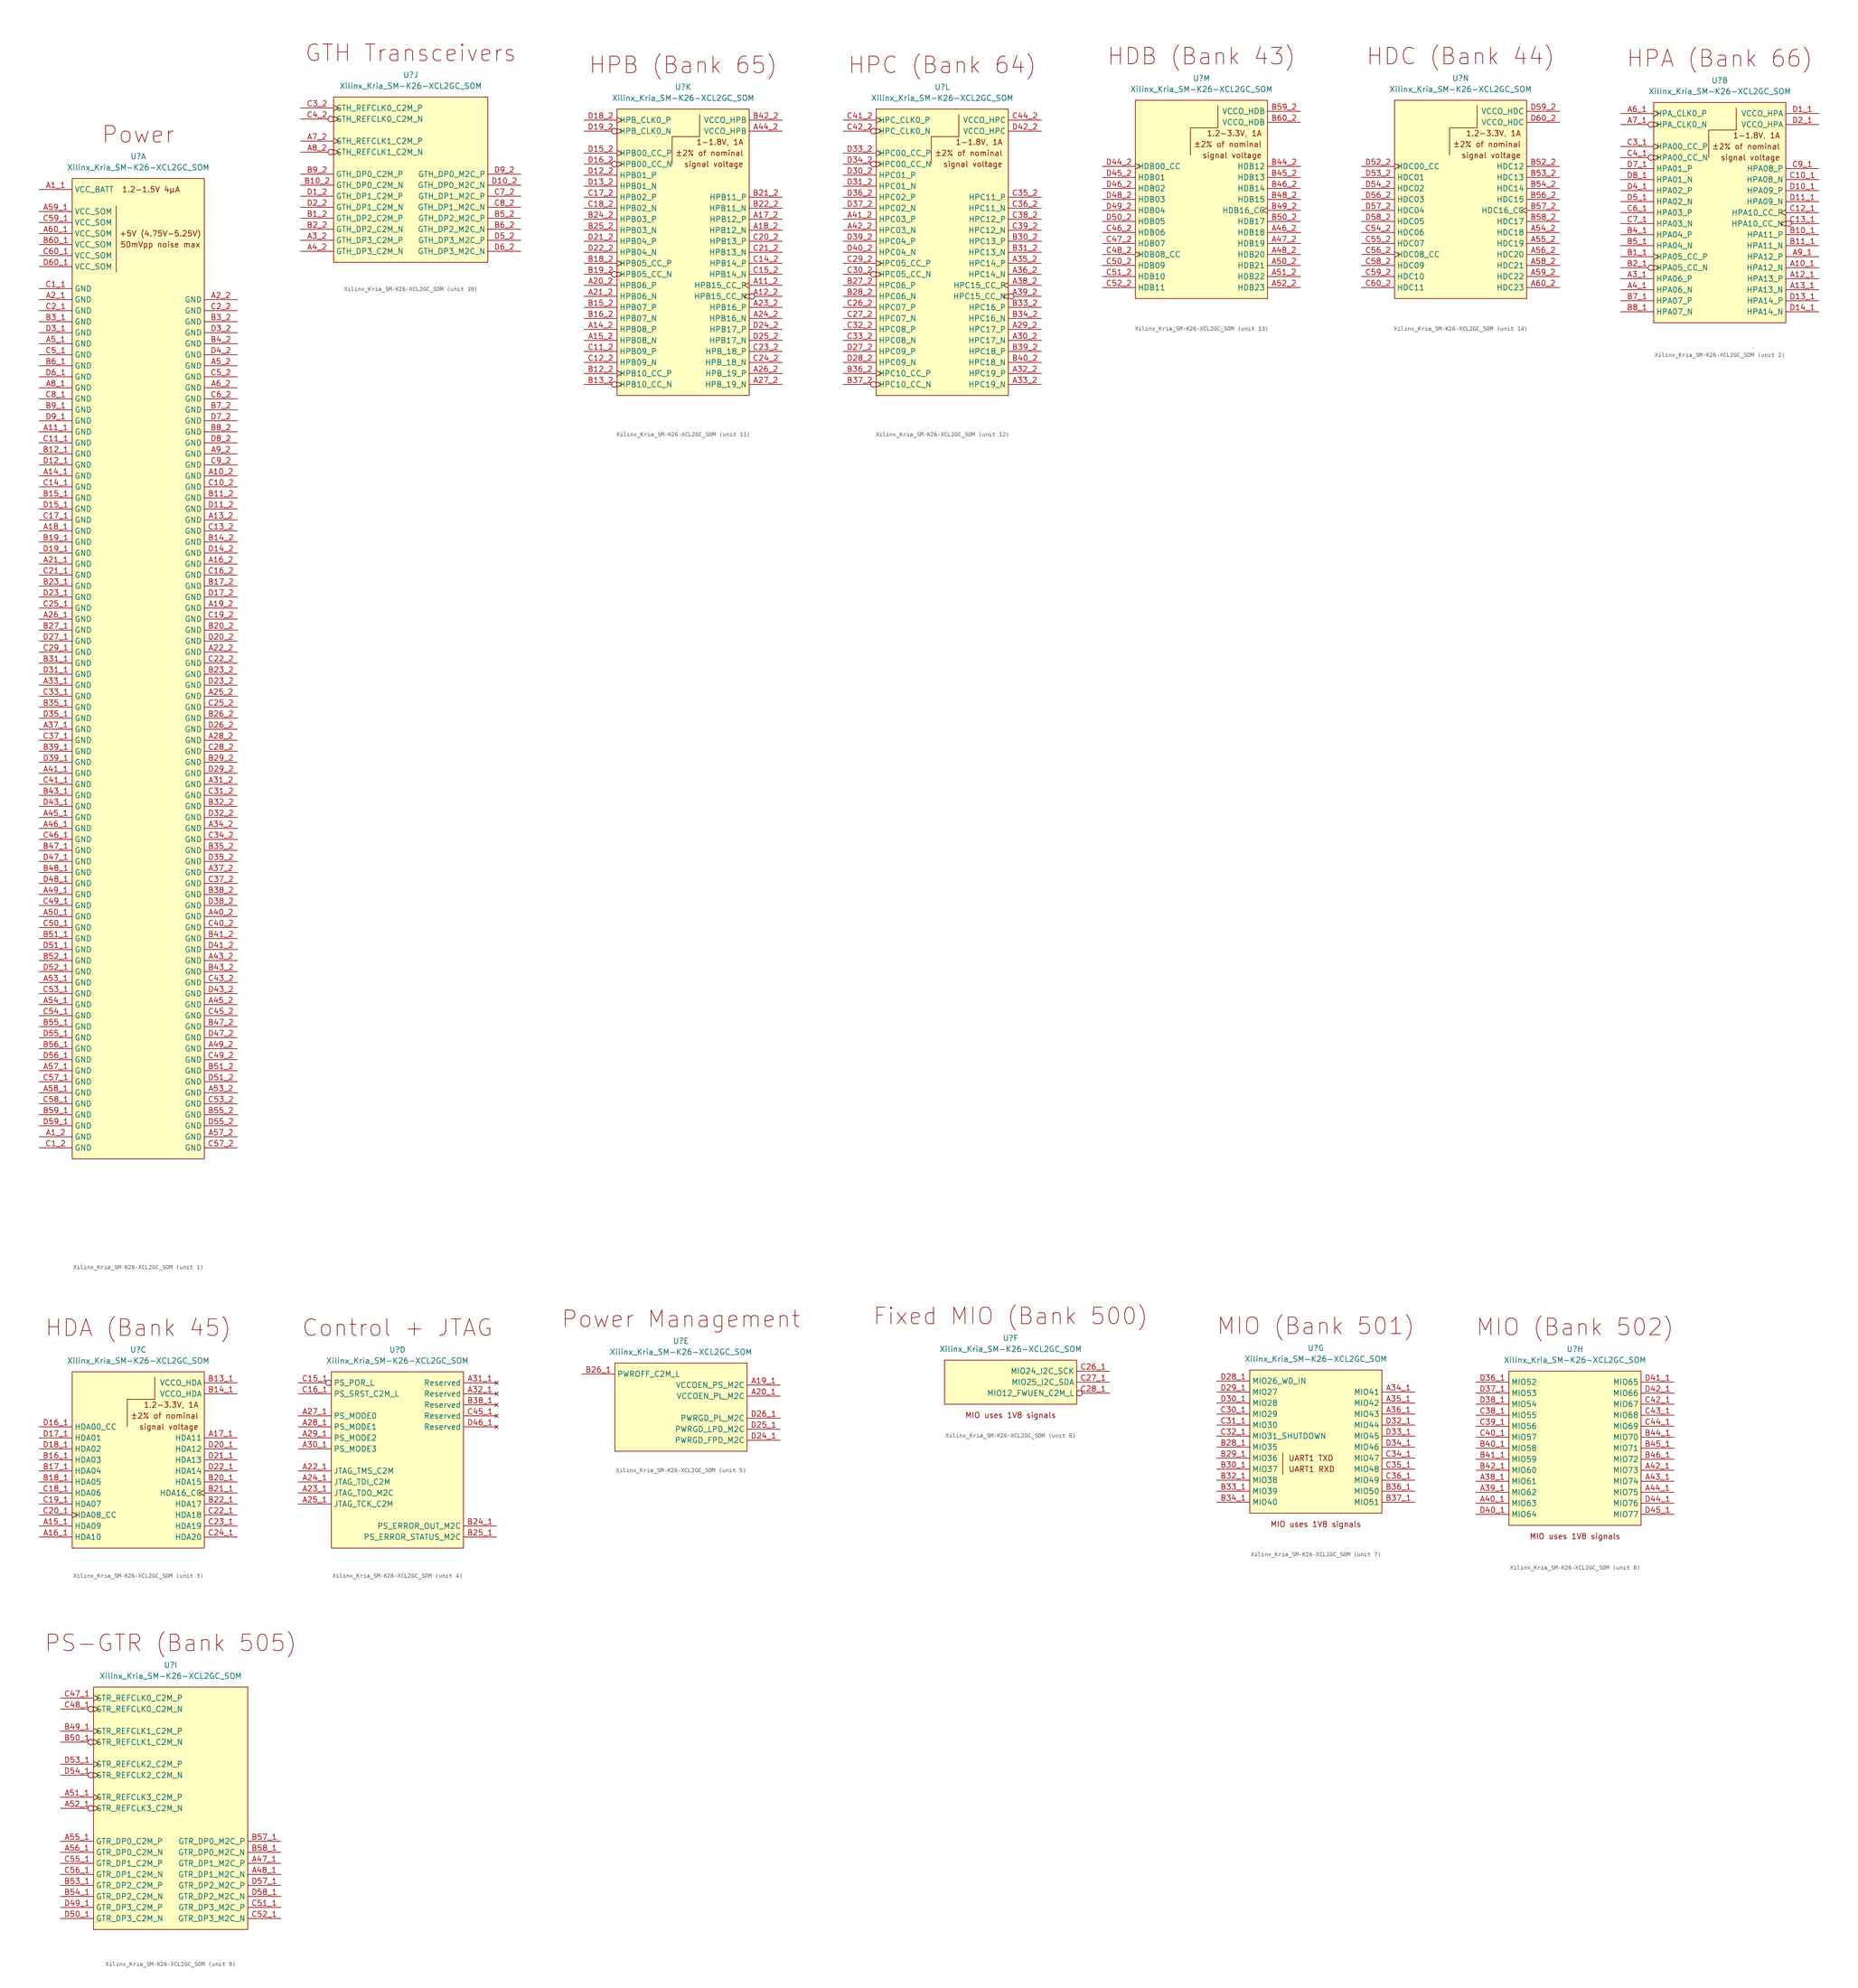
<source format=kicad_sym>
(kicad_symbol_lib
  (version 20220914)
  (generator kicad_symbol_editor)
  (symbol "Xilinx_Kria_SM-K26-XCL2GC_SOM"
    (property "Reference" "U"
      (at 0 5.08 0)
      (effects (font (size 1.27 1.27))))
    (property "Value" "Xilinx_Kria_SM-K26-XCL2GC_SOM"
      (at 0 2.54 0)
      (effects (font (size 1.27 1.27))))
    (property "ki_locked" ""
      (at 0 0 0)
      (effects (font (size 1.27 1.27))))
    (symbol "Xilinx_Kria_SM-K26-XCL2GC_SOM_1_0"
      (polyline (pts (xy -5.08 -21.59) (xy -5.08 -6.35)) (stroke (width 0.152) (type default)) (fill (type none)))
      (text "+5V (4.75V-5.25V)" (at 5.08 -12.7 0) (effects (font (size 1.27 1.27))))
      (text "1.2-1.5V 4µA" (at -3.81 -2.54 0) (effects (font (size 1.27 1.27)) (justify left)))
      (text "50mVpp noise max" (at 5.08 -15.24 0) (effects (font (size 1.27 1.27))))
      (text "Power" (at 0 10.16 0) (effects (font (size 3.81 3.81)))))
    (symbol "Xilinx_Kria_SM-K26-XCL2GC_SOM_1_1"
      (rectangle (start -15.24 0) (end 15.24 -226.06) (stroke (width 0.152) (type default)) (fill (type background)))
      (pin power_in line (at 22.86 -68.58 180) (length 7.62) (name "GND" (effects (font (size 1.27 1.27)))) (number "A10_2" (effects (font (size 1.27 1.27)))))
      (pin power_in line (at -22.86 -58.42 0) (length 7.62) (name "GND" (effects (font (size 1.27 1.27)))) (number "A11_1" (effects (font (size 1.27 1.27)))))
      (pin power_in line (at 22.86 -78.74 180) (length 7.62) (name "GND" (effects (font (size 1.27 1.27)))) (number "A13_2" (effects (font (size 1.27 1.27)))))
      (pin power_in line (at -22.86 -68.58 0) (length 7.62) (name "GND" (effects (font (size 1.27 1.27)))) (number "A14_1" (effects (font (size 1.27 1.27)))))
      (pin power_in line (at 22.86 -88.9 180) (length 7.62) (name "GND" (effects (font (size 1.27 1.27)))) (number "A16_2" (effects (font (size 1.27 1.27)))))
      (pin power_in line (at -22.86 -81.28 0) (length 7.62) (name "GND" (effects (font (size 1.27 1.27)))) (number "A18_1" (effects (font (size 1.27 1.27)))))
      (pin power_in line (at 22.86 -99.06 180) (length 7.62) (name "GND" (effects (font (size 1.27 1.27)))) (number "A19_2" (effects (font (size 1.27 1.27)))))
      (pin power_in line (at -22.86 -2.54 0) (length 7.62) (name "VCC_BATT" (effects (font (size 1.27 1.27)))) (number "A1_1" (effects (font (size 1.27 1.27)))))
      (pin power_in line (at -22.86 -220.98 0) (length 7.62) (name "GND" (effects (font (size 1.27 1.27)))) (number "A1_2" (effects (font (size 1.27 1.27)))))
      (pin power_in line (at -22.86 -88.9 0) (length 7.62) (name "GND" (effects (font (size 1.27 1.27)))) (number "A21_1" (effects (font (size 1.27 1.27)))))
      (pin power_in line (at 22.86 -109.22 180) (length 7.62) (name "GND" (effects (font (size 1.27 1.27)))) (number "A22_2" (effects (font (size 1.27 1.27)))))
      (pin power_in line (at 22.86 -119.38 180) (length 7.62) (name "GND" (effects (font (size 1.27 1.27)))) (number "A25_2" (effects (font (size 1.27 1.27)))))
      (pin power_in line (at -22.86 -101.6 0) (length 7.62) (name "GND" (effects (font (size 1.27 1.27)))) (number "A26_1" (effects (font (size 1.27 1.27)))))
      (pin power_in line (at 22.86 -129.54 180) (length 7.62) (name "GND" (effects (font (size 1.27 1.27)))) (number "A28_2" (effects (font (size 1.27 1.27)))))
      (pin power_in line (at -22.86 -27.94 0) (length 7.62) (name "GND" (effects (font (size 1.27 1.27)))) (number "A2_1" (effects (font (size 1.27 1.27)))))
      (pin power_in line (at 22.86 -27.94 180) (length 7.62) (name "GND" (effects (font (size 1.27 1.27)))) (number "A2_2" (effects (font (size 1.27 1.27)))))
      (pin power_in line (at 22.86 -139.7 180) (length 7.62) (name "GND" (effects (font (size 1.27 1.27)))) (number "A31_2" (effects (font (size 1.27 1.27)))))
      (pin power_in line (at -22.86 -116.84 0) (length 7.62) (name "GND" (effects (font (size 1.27 1.27)))) (number "A33_1" (effects (font (size 1.27 1.27)))))
      (pin power_in line (at 22.86 -149.86 180) (length 7.62) (name "GND" (effects (font (size 1.27 1.27)))) (number "A34_2" (effects (font (size 1.27 1.27)))))
      (pin power_in line (at -22.86 -127 0) (length 7.62) (name "GND" (effects (font (size 1.27 1.27)))) (number "A37_1" (effects (font (size 1.27 1.27)))))
      (pin power_in line (at 22.86 -160.02 180) (length 7.62) (name "GND" (effects (font (size 1.27 1.27)))) (number "A37_2" (effects (font (size 1.27 1.27)))))
      (pin power_in line (at 22.86 -170.18 180) (length 7.62) (name "GND" (effects (font (size 1.27 1.27)))) (number "A40_2" (effects (font (size 1.27 1.27)))))
      (pin power_in line (at -22.86 -137.16 0) (length 7.62) (name "GND" (effects (font (size 1.27 1.27)))) (number "A41_1" (effects (font (size 1.27 1.27)))))
      (pin power_in line (at 22.86 -180.34 180) (length 7.62) (name "GND" (effects (font (size 1.27 1.27)))) (number "A43_2" (effects (font (size 1.27 1.27)))))
      (pin power_in line (at -22.86 -147.32 0) (length 7.62) (name "GND" (effects (font (size 1.27 1.27)))) (number "A45_1" (effects (font (size 1.27 1.27)))))
      (pin power_in line (at 22.86 -190.5 180) (length 7.62) (name "GND" (effects (font (size 1.27 1.27)))) (number "A45_2" (effects (font (size 1.27 1.27)))))
      (pin power_in line (at -22.86 -149.86 0) (length 7.62) (name "GND" (effects (font (size 1.27 1.27)))) (number "A46_1" (effects (font (size 1.27 1.27)))))
      (pin power_in line (at -22.86 -165.1 0) (length 7.62) (name "GND" (effects (font (size 1.27 1.27)))) (number "A49_1" (effects (font (size 1.27 1.27)))))
      (pin power_in line (at 22.86 -200.66 180) (length 7.62) (name "GND" (effects (font (size 1.27 1.27)))) (number "A49_2" (effects (font (size 1.27 1.27)))))
      (pin power_in line (at -22.86 -170.18 0) (length 7.62) (name "GND" (effects (font (size 1.27 1.27)))) (number "A50_1" (effects (font (size 1.27 1.27)))))
      (pin power_in line (at -22.86 -185.42 0) (length 7.62) (name "GND" (effects (font (size 1.27 1.27)))) (number "A53_1" (effects (font (size 1.27 1.27)))))
      (pin power_in line (at 22.86 -210.82 180) (length 7.62) (name "GND" (effects (font (size 1.27 1.27)))) (number "A53_2" (effects (font (size 1.27 1.27)))))
      (pin power_in line (at -22.86 -190.5 0) (length 7.62) (name "GND" (effects (font (size 1.27 1.27)))) (number "A54_1" (effects (font (size 1.27 1.27)))))
      (pin power_in line (at -22.86 -205.74 0) (length 7.62) (name "GND" (effects (font (size 1.27 1.27)))) (number "A57_1" (effects (font (size 1.27 1.27)))))
      (pin power_in line (at 22.86 -220.98 180) (length 7.62) (name "GND" (effects (font (size 1.27 1.27)))) (number "A57_2" (effects (font (size 1.27 1.27)))))
      (pin power_in line (at -22.86 -210.82 0) (length 7.62) (name "GND" (effects (font (size 1.27 1.27)))) (number "A58_1" (effects (font (size 1.27 1.27)))))
      (pin power_in line (at -22.86 -7.62 0) (length 7.62) (name "VCC_SOM" (effects (font (size 1.27 1.27)))) (number "A59_1" (effects (font (size 1.27 1.27)))))
      (pin power_in line (at -22.86 -38.1 0) (length 7.62) (name "GND" (effects (font (size 1.27 1.27)))) (number "A5_1" (effects (font (size 1.27 1.27)))))
      (pin power_in line (at 22.86 -43.18 180) (length 7.62) (name "GND" (effects (font (size 1.27 1.27)))) (number "A5_2" (effects (font (size 1.27 1.27)))))
      (pin power_in line (at -22.86 -12.7 0) (length 7.62) (name "VCC_SOM" (effects (font (size 1.27 1.27)))) (number "A60_1" (effects (font (size 1.27 1.27)))))
      (pin power_in line (at 22.86 -48.26 180) (length 7.62) (name "GND" (effects (font (size 1.27 1.27)))) (number "A6_2" (effects (font (size 1.27 1.27)))))
      (pin power_in line (at -22.86 -48.26 0) (length 7.62) (name "GND" (effects (font (size 1.27 1.27)))) (number "A8_1" (effects (font (size 1.27 1.27)))))
      (pin power_in line (at 22.86 -63.5 180) (length 7.62) (name "GND" (effects (font (size 1.27 1.27)))) (number "A9_2" (effects (font (size 1.27 1.27)))))
      (pin power_in line (at 22.86 -73.66 180) (length 7.62) (name "GND" (effects (font (size 1.27 1.27)))) (number "B11_2" (effects (font (size 1.27 1.27)))))
      (pin power_in line (at -22.86 -63.5 0) (length 7.62) (name "GND" (effects (font (size 1.27 1.27)))) (number "B12_1" (effects (font (size 1.27 1.27)))))
      (pin power_in line (at 22.86 -83.82 180) (length 7.62) (name "GND" (effects (font (size 1.27 1.27)))) (number "B14_2" (effects (font (size 1.27 1.27)))))
      (pin power_in line (at -22.86 -73.66 0) (length 7.62) (name "GND" (effects (font (size 1.27 1.27)))) (number "B15_1" (effects (font (size 1.27 1.27)))))
      (pin power_in line (at 22.86 -93.98 180) (length 7.62) (name "GND" (effects (font (size 1.27 1.27)))) (number "B17_2" (effects (font (size 1.27 1.27)))))
      (pin power_in line (at -22.86 -83.82 0) (length 7.62) (name "GND" (effects (font (size 1.27 1.27)))) (number "B19_1" (effects (font (size 1.27 1.27)))))
      (pin power_in line (at 22.86 -104.14 180) (length 7.62) (name "GND" (effects (font (size 1.27 1.27)))) (number "B20_2" (effects (font (size 1.27 1.27)))))
      (pin power_in line (at -22.86 -93.98 0) (length 7.62) (name "GND" (effects (font (size 1.27 1.27)))) (number "B23_1" (effects (font (size 1.27 1.27)))))
      (pin power_in line (at 22.86 -114.3 180) (length 7.62) (name "GND" (effects (font (size 1.27 1.27)))) (number "B23_2" (effects (font (size 1.27 1.27)))))
      (pin power_in line (at 22.86 -124.46 180) (length 7.62) (name "GND" (effects (font (size 1.27 1.27)))) (number "B26_2" (effects (font (size 1.27 1.27)))))
      (pin power_in line (at -22.86 -104.14 0) (length 7.62) (name "GND" (effects (font (size 1.27 1.27)))) (number "B27_1" (effects (font (size 1.27 1.27)))))
      (pin power_in line (at 22.86 -134.62 180) (length 7.62) (name "GND" (effects (font (size 1.27 1.27)))) (number "B29_2" (effects (font (size 1.27 1.27)))))
      (pin power_in line (at -22.86 -111.76 0) (length 7.62) (name "GND" (effects (font (size 1.27 1.27)))) (number "B31_1" (effects (font (size 1.27 1.27)))))
      (pin power_in line (at 22.86 -144.78 180) (length 7.62) (name "GND" (effects (font (size 1.27 1.27)))) (number "B32_2" (effects (font (size 1.27 1.27)))))
      (pin power_in line (at -22.86 -121.92 0) (length 7.62) (name "GND" (effects (font (size 1.27 1.27)))) (number "B35_1" (effects (font (size 1.27 1.27)))))
      (pin power_in line (at 22.86 -154.94 180) (length 7.62) (name "GND" (effects (font (size 1.27 1.27)))) (number "B35_2" (effects (font (size 1.27 1.27)))))
      (pin power_in line (at 22.86 -165.1 180) (length 7.62) (name "GND" (effects (font (size 1.27 1.27)))) (number "B38_2" (effects (font (size 1.27 1.27)))))
      (pin power_in line (at -22.86 -132.08 0) (length 7.62) (name "GND" (effects (font (size 1.27 1.27)))) (number "B39_1" (effects (font (size 1.27 1.27)))))
      (pin power_in line (at -22.86 -33.02 0) (length 7.62) (name "GND" (effects (font (size 1.27 1.27)))) (number "B3_1" (effects (font (size 1.27 1.27)))))
      (pin power_in line (at 22.86 -33.02 180) (length 7.62) (name "GND" (effects (font (size 1.27 1.27)))) (number "B3_2" (effects (font (size 1.27 1.27)))))
      (pin power_in line (at 22.86 -175.26 180) (length 7.62) (name "GND" (effects (font (size 1.27 1.27)))) (number "B41_2" (effects (font (size 1.27 1.27)))))
      (pin power_in line (at -22.86 -142.24 0) (length 7.62) (name "GND" (effects (font (size 1.27 1.27)))) (number "B43_1" (effects (font (size 1.27 1.27)))))
      (pin power_in line (at 22.86 -182.88 180) (length 7.62) (name "GND" (effects (font (size 1.27 1.27)))) (number "B43_2" (effects (font (size 1.27 1.27)))))
      (pin power_in line (at -22.86 -154.94 0) (length 7.62) (name "GND" (effects (font (size 1.27 1.27)))) (number "B47_1" (effects (font (size 1.27 1.27)))))
      (pin power_in line (at 22.86 -195.58 180) (length 7.62) (name "GND" (effects (font (size 1.27 1.27)))) (number "B47_2" (effects (font (size 1.27 1.27)))))
      (pin power_in line (at -22.86 -160.02 0) (length 7.62) (name "GND" (effects (font (size 1.27 1.27)))) (number "B48_1" (effects (font (size 1.27 1.27)))))
      (pin power_in line (at 22.86 -38.1 180) (length 7.62) (name "GND" (effects (font (size 1.27 1.27)))) (number "B4_2" (effects (font (size 1.27 1.27)))))
      (pin power_in line (at -22.86 -175.26 0) (length 7.62) (name "GND" (effects (font (size 1.27 1.27)))) (number "B51_1" (effects (font (size 1.27 1.27)))))
      (pin power_in line (at 22.86 -205.74 180) (length 7.62) (name "GND" (effects (font (size 1.27 1.27)))) (number "B51_2" (effects (font (size 1.27 1.27)))))
      (pin power_in line (at -22.86 -180.34 0) (length 7.62) (name "GND" (effects (font (size 1.27 1.27)))) (number "B52_1" (effects (font (size 1.27 1.27)))))
      (pin power_in line (at -22.86 -195.58 0) (length 7.62) (name "GND" (effects (font (size 1.27 1.27)))) (number "B55_1" (effects (font (size 1.27 1.27)))))
      (pin power_in line (at 22.86 -215.9 180) (length 7.62) (name "GND" (effects (font (size 1.27 1.27)))) (number "B55_2" (effects (font (size 1.27 1.27)))))
      (pin power_in line (at -22.86 -200.66 0) (length 7.62) (name "GND" (effects (font (size 1.27 1.27)))) (number "B56_1" (effects (font (size 1.27 1.27)))))
      (pin power_in line (at -22.86 -215.9 0) (length 7.62) (name "GND" (effects (font (size 1.27 1.27)))) (number "B59_1" (effects (font (size 1.27 1.27)))))
      (pin power_in line (at -22.86 -15.24 0) (length 7.62) (name "VCC_SOM" (effects (font (size 1.27 1.27)))) (number "B60_1" (effects (font (size 1.27 1.27)))))
      (pin power_in line (at -22.86 -43.18 0) (length 7.62) (name "GND" (effects (font (size 1.27 1.27)))) (number "B6_1" (effects (font (size 1.27 1.27)))))
      (pin power_in line (at 22.86 -53.34 180) (length 7.62) (name "GND" (effects (font (size 1.27 1.27)))) (number "B7_2" (effects (font (size 1.27 1.27)))))
      (pin power_in line (at 22.86 -58.42 180) (length 7.62) (name "GND" (effects (font (size 1.27 1.27)))) (number "B8_2" (effects (font (size 1.27 1.27)))))
      (pin power_in line (at -22.86 -53.34 0) (length 7.62) (name "GND" (effects (font (size 1.27 1.27)))) (number "B9_1" (effects (font (size 1.27 1.27)))))
      (pin power_in line (at 22.86 -71.12 180) (length 7.62) (name "GND" (effects (font (size 1.27 1.27)))) (number "C10_2" (effects (font (size 1.27 1.27)))))
      (pin power_in line (at -22.86 -60.96 0) (length 7.62) (name "GND" (effects (font (size 1.27 1.27)))) (number "C11_1" (effects (font (size 1.27 1.27)))))
      (pin power_in line (at 22.86 -81.28 180) (length 7.62) (name "GND" (effects (font (size 1.27 1.27)))) (number "C13_2" (effects (font (size 1.27 1.27)))))
      (pin power_in line (at -22.86 -71.12 0) (length 7.62) (name "GND" (effects (font (size 1.27 1.27)))) (number "C14_1" (effects (font (size 1.27 1.27)))))
      (pin power_in line (at 22.86 -91.44 180) (length 7.62) (name "GND" (effects (font (size 1.27 1.27)))) (number "C16_2" (effects (font (size 1.27 1.27)))))
      (pin power_in line (at -22.86 -78.74 0) (length 7.62) (name "GND" (effects (font (size 1.27 1.27)))) (number "C17_1" (effects (font (size 1.27 1.27)))))
      (pin power_in line (at 22.86 -101.6 180) (length 7.62) (name "GND" (effects (font (size 1.27 1.27)))) (number "C19_2" (effects (font (size 1.27 1.27)))))
      (pin power_in line (at -22.86 -25.4 0) (length 7.62) (name "GND" (effects (font (size 1.27 1.27)))) (number "C1_1" (effects (font (size 1.27 1.27)))))
      (pin power_in line (at -22.86 -223.52 0) (length 7.62) (name "GND" (effects (font (size 1.27 1.27)))) (number "C1_2" (effects (font (size 1.27 1.27)))))
      (pin power_in line (at -22.86 -91.44 0) (length 7.62) (name "GND" (effects (font (size 1.27 1.27)))) (number "C21_1" (effects (font (size 1.27 1.27)))))
      (pin power_in line (at 22.86 -111.76 180) (length 7.62) (name "GND" (effects (font (size 1.27 1.27)))) (number "C22_2" (effects (font (size 1.27 1.27)))))
      (pin power_in line (at -22.86 -99.06 0) (length 7.62) (name "GND" (effects (font (size 1.27 1.27)))) (number "C25_1" (effects (font (size 1.27 1.27)))))
      (pin power_in line (at 22.86 -121.92 180) (length 7.62) (name "GND" (effects (font (size 1.27 1.27)))) (number "C25_2" (effects (font (size 1.27 1.27)))))
      (pin power_in line (at 22.86 -132.08 180) (length 7.62) (name "GND" (effects (font (size 1.27 1.27)))) (number "C28_2" (effects (font (size 1.27 1.27)))))
      (pin power_in line (at -22.86 -109.22 0) (length 7.62) (name "GND" (effects (font (size 1.27 1.27)))) (number "C29_1" (effects (font (size 1.27 1.27)))))
      (pin power_in line (at -22.86 -30.48 0) (length 7.62) (name "GND" (effects (font (size 1.27 1.27)))) (number "C2_1" (effects (font (size 1.27 1.27)))))
      (pin power_in line (at 22.86 -30.48 180) (length 7.62) (name "GND" (effects (font (size 1.27 1.27)))) (number "C2_2" (effects (font (size 1.27 1.27)))))
      (pin power_in line (at 22.86 -142.24 180) (length 7.62) (name "GND" (effects (font (size 1.27 1.27)))) (number "C31_2" (effects (font (size 1.27 1.27)))))
      (pin power_in line (at -22.86 -119.38 0) (length 7.62) (name "GND" (effects (font (size 1.27 1.27)))) (number "C33_1" (effects (font (size 1.27 1.27)))))
      (pin power_in line (at 22.86 -152.4 180) (length 7.62) (name "GND" (effects (font (size 1.27 1.27)))) (number "C34_2" (effects (font (size 1.27 1.27)))))
      (pin power_in line (at -22.86 -129.54 0) (length 7.62) (name "GND" (effects (font (size 1.27 1.27)))) (number "C37_1" (effects (font (size 1.27 1.27)))))
      (pin power_in line (at 22.86 -162.56 180) (length 7.62) (name "GND" (effects (font (size 1.27 1.27)))) (number "C37_2" (effects (font (size 1.27 1.27)))))
      (pin power_in line (at 22.86 -172.72 180) (length 7.62) (name "GND" (effects (font (size 1.27 1.27)))) (number "C40_2" (effects (font (size 1.27 1.27)))))
      (pin power_in line (at -22.86 -139.7 0) (length 7.62) (name "GND" (effects (font (size 1.27 1.27)))) (number "C41_1" (effects (font (size 1.27 1.27)))))
      (pin power_in line (at 22.86 -185.42 180) (length 7.62) (name "GND" (effects (font (size 1.27 1.27)))) (number "C43_2" (effects (font (size 1.27 1.27)))))
      (pin power_in line (at 22.86 -193.04 180) (length 7.62) (name "GND" (effects (font (size 1.27 1.27)))) (number "C45_2" (effects (font (size 1.27 1.27)))))
      (pin power_in line (at -22.86 -152.4 0) (length 7.62) (name "GND" (effects (font (size 1.27 1.27)))) (number "C46_1" (effects (font (size 1.27 1.27)))))
      (pin power_in line (at -22.86 -167.64 0) (length 7.62) (name "GND" (effects (font (size 1.27 1.27)))) (number "C49_1" (effects (font (size 1.27 1.27)))))
      (pin power_in line (at 22.86 -203.2 180) (length 7.62) (name "GND" (effects (font (size 1.27 1.27)))) (number "C49_2" (effects (font (size 1.27 1.27)))))
      (pin power_in line (at -22.86 -172.72 0) (length 7.62) (name "GND" (effects (font (size 1.27 1.27)))) (number "C50_1" (effects (font (size 1.27 1.27)))))
      (pin power_in line (at -22.86 -187.96 0) (length 7.62) (name "GND" (effects (font (size 1.27 1.27)))) (number "C53_1" (effects (font (size 1.27 1.27)))))
      (pin power_in line (at 22.86 -213.36 180) (length 7.62) (name "GND" (effects (font (size 1.27 1.27)))) (number "C53_2" (effects (font (size 1.27 1.27)))))
      (pin power_in line (at -22.86 -193.04 0) (length 7.62) (name "GND" (effects (font (size 1.27 1.27)))) (number "C54_1" (effects (font (size 1.27 1.27)))))
      (pin power_in line (at -22.86 -208.28 0) (length 7.62) (name "GND" (effects (font (size 1.27 1.27)))) (number "C57_1" (effects (font (size 1.27 1.27)))))
      (pin power_in line (at 22.86 -223.52 180) (length 7.62) (name "GND" (effects (font (size 1.27 1.27)))) (number "C57_2" (effects (font (size 1.27 1.27)))))
      (pin power_in line (at -22.86 -213.36 0) (length 7.62) (name "GND" (effects (font (size 1.27 1.27)))) (number "C58_1" (effects (font (size 1.27 1.27)))))
      (pin power_in line (at -22.86 -10.16 0) (length 7.62) (name "VCC_SOM" (effects (font (size 1.27 1.27)))) (number "C59_1" (effects (font (size 1.27 1.27)))))
      (pin power_in line (at -22.86 -40.64 0) (length 7.62) (name "GND" (effects (font (size 1.27 1.27)))) (number "C5_1" (effects (font (size 1.27 1.27)))))
      (pin power_in line (at 22.86 -45.72 180) (length 7.62) (name "GND" (effects (font (size 1.27 1.27)))) (number "C5_2" (effects (font (size 1.27 1.27)))))
      (pin power_in line (at -22.86 -17.78 0) (length 7.62) (name "VCC_SOM" (effects (font (size 1.27 1.27)))) (number "C60_1" (effects (font (size 1.27 1.27)))))
      (pin power_in line (at 22.86 -50.8 180) (length 7.62) (name "GND" (effects (font (size 1.27 1.27)))) (number "C6_2" (effects (font (size 1.27 1.27)))))
      (pin power_in line (at -22.86 -50.8 0) (length 7.62) (name "GND" (effects (font (size 1.27 1.27)))) (number "C8_1" (effects (font (size 1.27 1.27)))))
      (pin power_in line (at 22.86 -66.04 180) (length 7.62) (name "GND" (effects (font (size 1.27 1.27)))) (number "C9_2" (effects (font (size 1.27 1.27)))))
      (pin power_in line (at 22.86 -76.2 180) (length 7.62) (name "GND" (effects (font (size 1.27 1.27)))) (number "D11_2" (effects (font (size 1.27 1.27)))))
      (pin power_in line (at -22.86 -66.04 0) (length 7.62) (name "GND" (effects (font (size 1.27 1.27)))) (number "D12_1" (effects (font (size 1.27 1.27)))))
      (pin power_in line (at 22.86 -86.36 180) (length 7.62) (name "GND" (effects (font (size 1.27 1.27)))) (number "D14_2" (effects (font (size 1.27 1.27)))))
      (pin power_in line (at -22.86 -76.2 0) (length 7.62) (name "GND" (effects (font (size 1.27 1.27)))) (number "D15_1" (effects (font (size 1.27 1.27)))))
      (pin power_in line (at 22.86 -96.52 180) (length 7.62) (name "GND" (effects (font (size 1.27 1.27)))) (number "D17_2" (effects (font (size 1.27 1.27)))))
      (pin power_in line (at -22.86 -86.36 0) (length 7.62) (name "GND" (effects (font (size 1.27 1.27)))) (number "D19_1" (effects (font (size 1.27 1.27)))))
      (pin power_in line (at 22.86 -106.68 180) (length 7.62) (name "GND" (effects (font (size 1.27 1.27)))) (number "D20_2" (effects (font (size 1.27 1.27)))))
      (pin power_in line (at -22.86 -96.52 0) (length 7.62) (name "GND" (effects (font (size 1.27 1.27)))) (number "D23_1" (effects (font (size 1.27 1.27)))))
      (pin power_in line (at 22.86 -116.84 180) (length 7.62) (name "GND" (effects (font (size 1.27 1.27)))) (number "D23_2" (effects (font (size 1.27 1.27)))))
      (pin power_in line (at 22.86 -127 180) (length 7.62) (name "GND" (effects (font (size 1.27 1.27)))) (number "D26_2" (effects (font (size 1.27 1.27)))))
      (pin power_in line (at -22.86 -106.68 0) (length 7.62) (name "GND" (effects (font (size 1.27 1.27)))) (number "D27_1" (effects (font (size 1.27 1.27)))))
      (pin power_in line (at 22.86 -137.16 180) (length 7.62) (name "GND" (effects (font (size 1.27 1.27)))) (number "D29_2" (effects (font (size 1.27 1.27)))))
      (pin power_in line (at -22.86 -114.3 0) (length 7.62) (name "GND" (effects (font (size 1.27 1.27)))) (number "D31_1" (effects (font (size 1.27 1.27)))))
      (pin power_in line (at 22.86 -147.32 180) (length 7.62) (name "GND" (effects (font (size 1.27 1.27)))) (number "D32_2" (effects (font (size 1.27 1.27)))))
      (pin power_in line (at -22.86 -124.46 0) (length 7.62) (name "GND" (effects (font (size 1.27 1.27)))) (number "D35_1" (effects (font (size 1.27 1.27)))))
      (pin power_in line (at 22.86 -157.48 180) (length 7.62) (name "GND" (effects (font (size 1.27 1.27)))) (number "D35_2" (effects (font (size 1.27 1.27)))))
      (pin power_in line (at 22.86 -167.64 180) (length 7.62) (name "GND" (effects (font (size 1.27 1.27)))) (number "D38_2" (effects (font (size 1.27 1.27)))))
      (pin power_in line (at -22.86 -134.62 0) (length 7.62) (name "GND" (effects (font (size 1.27 1.27)))) (number "D39_1" (effects (font (size 1.27 1.27)))))
      (pin power_in line (at -22.86 -35.56 0) (length 7.62) (name "GND" (effects (font (size 1.27 1.27)))) (number "D3_1" (effects (font (size 1.27 1.27)))))
      (pin power_in line (at 22.86 -35.56 180) (length 7.62) (name "GND" (effects (font (size 1.27 1.27)))) (number "D3_2" (effects (font (size 1.27 1.27)))))
      (pin power_in line (at 22.86 -177.8 180) (length 7.62) (name "GND" (effects (font (size 1.27 1.27)))) (number "D41_2" (effects (font (size 1.27 1.27)))))
      (pin power_in line (at -22.86 -144.78 0) (length 7.62) (name "GND" (effects (font (size 1.27 1.27)))) (number "D43_1" (effects (font (size 1.27 1.27)))))
      (pin power_in line (at 22.86 -187.96 180) (length 7.62) (name "GND" (effects (font (size 1.27 1.27)))) (number "D43_2" (effects (font (size 1.27 1.27)))))
      (pin power_in line (at -22.86 -157.48 0) (length 7.62) (name "GND" (effects (font (size 1.27 1.27)))) (number "D47_1" (effects (font (size 1.27 1.27)))))
      (pin power_in line (at 22.86 -198.12 180) (length 7.62) (name "GND" (effects (font (size 1.27 1.27)))) (number "D47_2" (effects (font (size 1.27 1.27)))))
      (pin power_in line (at -22.86 -162.56 0) (length 7.62) (name "GND" (effects (font (size 1.27 1.27)))) (number "D48_1" (effects (font (size 1.27 1.27)))))
      (pin power_in line (at 22.86 -40.64 180) (length 7.62) (name "GND" (effects (font (size 1.27 1.27)))) (number "D4_2" (effects (font (size 1.27 1.27)))))
      (pin power_in line (at -22.86 -177.8 0) (length 7.62) (name "GND" (effects (font (size 1.27 1.27)))) (number "D51_1" (effects (font (size 1.27 1.27)))))
      (pin power_in line (at 22.86 -208.28 180) (length 7.62) (name "GND" (effects (font (size 1.27 1.27)))) (number "D51_2" (effects (font (size 1.27 1.27)))))
      (pin power_in line (at -22.86 -182.88 0) (length 7.62) (name "GND" (effects (font (size 1.27 1.27)))) (number "D52_1" (effects (font (size 1.27 1.27)))))
      (pin power_in line (at -22.86 -198.12 0) (length 7.62) (name "GND" (effects (font (size 1.27 1.27)))) (number "D55_1" (effects (font (size 1.27 1.27)))))
      (pin power_in line (at 22.86 -218.44 180) (length 7.62) (name "GND" (effects (font (size 1.27 1.27)))) (number "D55_2" (effects (font (size 1.27 1.27)))))
      (pin power_in line (at -22.86 -203.2 0) (length 7.62) (name "GND" (effects (font (size 1.27 1.27)))) (number "D56_1" (effects (font (size 1.27 1.27)))))
      (pin power_in line (at -22.86 -218.44 0) (length 7.62) (name "GND" (effects (font (size 1.27 1.27)))) (number "D59_1" (effects (font (size 1.27 1.27)))))
      (pin power_in line (at -22.86 -20.32 0) (length 7.62) (name "VCC_SOM" (effects (font (size 1.27 1.27)))) (number "D60_1" (effects (font (size 1.27 1.27)))))
      (pin power_in line (at -22.86 -45.72 0) (length 7.62) (name "GND" (effects (font (size 1.27 1.27)))) (number "D6_1" (effects (font (size 1.27 1.27)))))
      (pin power_in line (at 22.86 -55.88 180) (length 7.62) (name "GND" (effects (font (size 1.27 1.27)))) (number "D7_2" (effects (font (size 1.27 1.27)))))
      (pin power_in line (at 22.86 -60.96 180) (length 7.62) (name "GND" (effects (font (size 1.27 1.27)))) (number "D8_2" (effects (font (size 1.27 1.27)))))
      (pin power_in line (at -22.86 -55.88 0) (length 7.62) (name "GND" (effects (font (size 1.27 1.27)))) (number "D9_1" (effects (font (size 1.27 1.27))))))
    (symbol "Xilinx_Kria_SM-K26-XCL2GC_SOM_2_0"
      (rectangle (start -15.24 0) (end 15.24 -50.8) (stroke (width 0.152) (type default)) (fill (type background)))
      (polyline (pts (xy -2.54 -12.7) (xy -2.54 -6.35) (xy 3.81 -6.35) (xy 3.81 -1.27)) (stroke (width 0.152) (type default)) (fill (type none)))
      (text "1-1.8V, 1A" (at 13.97 -7.62 0) (effects (font (size 1.27 1.27)) (justify right)))
      (text "HPA (Bank 66)" (at 0 10.16 0) (effects (font (size 3.81 3.81))))
      (text "signal voltage" (at 13.97 -12.7 0) (effects (font (size 1.27 1.27)) (justify right)))
      (text "±2% of nominal" (at 13.97 -10.16 0) (effects (font (size 1.27 1.27)) (justify right))))
    (symbol "Xilinx_Kria_SM-K26-XCL2GC_SOM_2_1"
      (pin passive line (at 22.86 -38.1 180) (length 7.62) (name "HPA12_N" (effects (font (size 1.27 1.27)))) (number "A10_1" (effects (font (size 1.27 1.27)))))
      (pin passive line (at 22.86 -40.64 180) (length 7.62) (name "HPA13_P" (effects (font (size 1.27 1.27)))) (number "A12_1" (effects (font (size 1.27 1.27)))))
      (pin passive line (at 22.86 -43.18 180) (length 7.62) (name "HPA13_N" (effects (font (size 1.27 1.27)))) (number "A13_1" (effects (font (size 1.27 1.27)))))
      (pin passive line (at -22.86 -40.64 0) (length 7.62) (name "HPA06_P" (effects (font (size 1.27 1.27)))) (number "A3_1" (effects (font (size 1.27 1.27)))))
      (pin passive line (at -22.86 -43.18 0) (length 7.62) (name "HPA06_N" (effects (font (size 1.27 1.27)))) (number "A4_1" (effects (font (size 1.27 1.27)))))
      (pin passive clock (at -22.86 -2.54 0) (length 7.62) (name "HPA_CLK0_P" (effects (font (size 1.27 1.27)))) (number "A6_1" (effects (font (size 1.27 1.27)))))
      (pin passive inverted_clock (at -22.86 -5.08 0) (length 7.62) (name "HPA_CLK0_N" (effects (font (size 1.27 1.27)))) (number "A7_1" (effects (font (size 1.27 1.27)))))
      (pin passive line (at 22.86 -35.56 180) (length 7.62) (name "HPA12_P" (effects (font (size 1.27 1.27)))) (number "A9_1" (effects (font (size 1.27 1.27)))))
      (pin passive line (at 22.86 -30.48 180) (length 7.62) (name "HPA11_P" (effects (font (size 1.27 1.27)))) (number "B10_1" (effects (font (size 1.27 1.27)))))
      (pin passive line (at 22.86 -33.02 180) (length 7.62) (name "HPA11_N" (effects (font (size 1.27 1.27)))) (number "B11_1" (effects (font (size 1.27 1.27)))))
      (pin passive clock (at -22.86 -35.56 0) (length 7.62) (name "HPA05_CC_P" (effects (font (size 1.27 1.27)))) (number "B1_1" (effects (font (size 1.27 1.27)))))
      (pin passive inverted_clock (at -22.86 -38.1 0) (length 7.62) (name "HPA05_CC_N" (effects (font (size 1.27 1.27)))) (number "B2_1" (effects (font (size 1.27 1.27)))))
      (pin passive line (at -22.86 -30.48 0) (length 7.62) (name "HPA04_P" (effects (font (size 1.27 1.27)))) (number "B4_1" (effects (font (size 1.27 1.27)))))
      (pin passive line (at -22.86 -33.02 0) (length 7.62) (name "HPA04_N" (effects (font (size 1.27 1.27)))) (number "B5_1" (effects (font (size 1.27 1.27)))))
      (pin passive line (at -22.86 -45.72 0) (length 7.62) (name "HPA07_P" (effects (font (size 1.27 1.27)))) (number "B7_1" (effects (font (size 1.27 1.27)))))
      (pin passive line (at -22.86 -48.26 0) (length 7.62) (name "HPA07_N" (effects (font (size 1.27 1.27)))) (number "B8_1" (effects (font (size 1.27 1.27)))))
      (pin passive line (at 22.86 -17.78 180) (length 7.62) (name "HPA08_N" (effects (font (size 1.27 1.27)))) (number "C10_1" (effects (font (size 1.27 1.27)))))
      (pin passive clock (at 22.86 -25.4 180) (length 7.62) (name "HPA10_CC_P" (effects (font (size 1.27 1.27)))) (number "C12_1" (effects (font (size 1.27 1.27)))))
      (pin passive inverted_clock (at 22.86 -27.94 180) (length 7.62) (name "HPA10_CC_N" (effects (font (size 1.27 1.27)))) (number "C13_1" (effects (font (size 1.27 1.27)))))
      (pin passive clock (at -22.86 -10.16 0) (length 7.62) (name "HPA00_CC_P" (effects (font (size 1.27 1.27)))) (number "C3_1" (effects (font (size 1.27 1.27)))))
      (pin passive inverted_clock (at -22.86 -12.7 0) (length 7.62) (name "HPA00_CC_N" (effects (font (size 1.27 1.27)))) (number "C4_1" (effects (font (size 1.27 1.27)))))
      (pin passive line (at -22.86 -25.4 0) (length 7.62) (name "HPA03_P" (effects (font (size 1.27 1.27)))) (number "C6_1" (effects (font (size 1.27 1.27)))))
      (pin passive line (at -22.86 -27.94 0) (length 7.62) (name "HPA03_N" (effects (font (size 1.27 1.27)))) (number "C7_1" (effects (font (size 1.27 1.27)))))
      (pin passive line (at 22.86 -15.24 180) (length 7.62) (name "HPA08_P" (effects (font (size 1.27 1.27)))) (number "C9_1" (effects (font (size 1.27 1.27)))))
      (pin passive line (at 22.86 -20.32 180) (length 7.62) (name "HPA09_P" (effects (font (size 1.27 1.27)))) (number "D10_1" (effects (font (size 1.27 1.27)))))
      (pin passive line (at 22.86 -22.86 180) (length 7.62) (name "HPA09_N" (effects (font (size 1.27 1.27)))) (number "D11_1" (effects (font (size 1.27 1.27)))))
      (pin passive line (at 22.86 -45.72 180) (length 7.62) (name "HPA14_P" (effects (font (size 1.27 1.27)))) (number "D13_1" (effects (font (size 1.27 1.27)))))
      (pin passive line (at 22.86 -48.26 180) (length 7.62) (name "HPA14_N" (effects (font (size 1.27 1.27)))) (number "D14_1" (effects (font (size 1.27 1.27)))))
      (pin power_in line (at 22.86 -2.54 180) (length 7.62) (name "VCCO_HPA" (effects (font (size 1.27 1.27)))) (number "D1_1" (effects (font (size 1.27 1.27)))))
      (pin power_in line (at 22.86 -5.08 180) (length 7.62) (name "VCCO_HPA" (effects (font (size 1.27 1.27)))) (number "D2_1" (effects (font (size 1.27 1.27)))))
      (pin passive line (at -22.86 -20.32 0) (length 7.62) (name "HPA02_P" (effects (font (size 1.27 1.27)))) (number "D4_1" (effects (font (size 1.27 1.27)))))
      (pin passive line (at -22.86 -22.86 0) (length 7.62) (name "HPA02_N" (effects (font (size 1.27 1.27)))) (number "D5_1" (effects (font (size 1.27 1.27)))))
      (pin passive line (at -22.86 -15.24 0) (length 7.62) (name "HPA01_P" (effects (font (size 1.27 1.27)))) (number "D7_1" (effects (font (size 1.27 1.27)))))
      (pin passive line (at -22.86 -17.78 0) (length 7.62) (name "HPA01_N" (effects (font (size 1.27 1.27)))) (number "D8_1" (effects (font (size 1.27 1.27))))))
    (symbol "Xilinx_Kria_SM-K26-XCL2GC_SOM_3_0"
      (rectangle (start -15.24 0) (end 15.24 -40.64) (stroke (width 0.152) (type default)) (fill (type background)))
      (polyline (pts (xy -2.54 -12.7) (xy -2.54 -6.35) (xy 3.81 -6.35) (xy 3.81 -1.27)) (stroke (width 0.152) (type default)) (fill (type none)))
      (text "1.2-3.3V, 1A" (at 13.97 -7.62 0) (effects (font (size 1.27 1.27)) (justify right)))
      (text "HDA (Bank 45)" (at 0 10.16 0) (effects (font (size 3.81 3.81))))
      (text "signal voltage" (at 13.97 -12.7 0) (effects (font (size 1.27 1.27)) (justify right)))
      (text "±2% of nominal" (at 13.97 -10.16 0) (effects (font (size 1.27 1.27)) (justify right))))
    (symbol "Xilinx_Kria_SM-K26-XCL2GC_SOM_3_1"
      (pin passive line (at -22.86 -35.56 0) (length 7.62) (name "HDA09" (effects (font (size 1.27 1.27)))) (number "A15_1" (effects (font (size 1.27 1.27)))))
      (pin passive line (at -22.86 -38.1 0) (length 7.62) (name "HDA10" (effects (font (size 1.27 1.27)))) (number "A16_1" (effects (font (size 1.27 1.27)))))
      (pin passive line (at 22.86 -15.24 180) (length 7.62) (name "HDA11" (effects (font (size 1.27 1.27)))) (number "A17_1" (effects (font (size 1.27 1.27)))))
      (pin power_in line (at 22.86 -2.54 180) (length 7.62) (name "VCCO_HDA" (effects (font (size 1.27 1.27)))) (number "B13_1" (effects (font (size 1.27 1.27)))))
      (pin power_in line (at 22.86 -5.08 180) (length 7.62) (name "VCCO_HDA" (effects (font (size 1.27 1.27)))) (number "B14_1" (effects (font (size 1.27 1.27)))))
      (pin passive line (at -22.86 -20.32 0) (length 7.62) (name "HDA03" (effects (font (size 1.27 1.27)))) (number "B16_1" (effects (font (size 1.27 1.27)))))
      (pin passive line (at -22.86 -22.86 0) (length 7.62) (name "HDA04" (effects (font (size 1.27 1.27)))) (number "B17_1" (effects (font (size 1.27 1.27)))))
      (pin passive line (at -22.86 -25.4 0) (length 7.62) (name "HDA05" (effects (font (size 1.27 1.27)))) (number "B18_1" (effects (font (size 1.27 1.27)))))
      (pin passive line (at 22.86 -25.4 180) (length 7.62) (name "HDA15" (effects (font (size 1.27 1.27)))) (number "B20_1" (effects (font (size 1.27 1.27)))))
      (pin passive clock (at 22.86 -27.94 180) (length 7.62) (name "HDA16_CC" (effects (font (size 1.27 1.27)))) (number "B21_1" (effects (font (size 1.27 1.27)))))
      (pin passive line (at 22.86 -30.48 180) (length 7.62) (name "HDA17" (effects (font (size 1.27 1.27)))) (number "B22_1" (effects (font (size 1.27 1.27)))))
      (pin passive line (at -22.86 -27.94 0) (length 7.62) (name "HDA06" (effects (font (size 1.27 1.27)))) (number "C18_1" (effects (font (size 1.27 1.27)))))
      (pin passive line (at -22.86 -30.48 0) (length 7.62) (name "HDA07" (effects (font (size 1.27 1.27)))) (number "C19_1" (effects (font (size 1.27 1.27)))))
      (pin passive clock (at -22.86 -33.02 0) (length 7.62) (name "HDA08_CC" (effects (font (size 1.27 1.27)))) (number "C20_1" (effects (font (size 1.27 1.27)))))
      (pin passive line (at 22.86 -33.02 180) (length 7.62) (name "HDA18" (effects (font (size 1.27 1.27)))) (number "C22_1" (effects (font (size 1.27 1.27)))))
      (pin passive line (at 22.86 -35.56 180) (length 7.62) (name "HDA19" (effects (font (size 1.27 1.27)))) (number "C23_1" (effects (font (size 1.27 1.27)))))
      (pin passive line (at 22.86 -38.1 180) (length 7.62) (name "HDA20" (effects (font (size 1.27 1.27)))) (number "C24_1" (effects (font (size 1.27 1.27)))))
      (pin passive line (at -22.86 -12.7 0) (length 7.62) (name "HDA00_CC" (effects (font (size 1.27 1.27)))) (number "D16_1" (effects (font (size 1.27 1.27)))))
      (pin passive line (at -22.86 -15.24 0) (length 7.62) (name "HDA01" (effects (font (size 1.27 1.27)))) (number "D17_1" (effects (font (size 1.27 1.27)))))
      (pin passive line (at -22.86 -17.78 0) (length 7.62) (name "HDA02" (effects (font (size 1.27 1.27)))) (number "D18_1" (effects (font (size 1.27 1.27)))))
      (pin passive line (at 22.86 -17.78 180) (length 7.62) (name "HDA12" (effects (font (size 1.27 1.27)))) (number "D20_1" (effects (font (size 1.27 1.27)))))
      (pin passive line (at 22.86 -20.32 180) (length 7.62) (name "HDA13" (effects (font (size 1.27 1.27)))) (number "D21_1" (effects (font (size 1.27 1.27)))))
      (pin passive line (at 22.86 -22.86 180) (length 7.62) (name "HDA14" (effects (font (size 1.27 1.27)))) (number "D22_1" (effects (font (size 1.27 1.27))))))
    (symbol "Xilinx_Kria_SM-K26-XCL2GC_SOM_4_0"
      (rectangle (start -15.24 0) (end 15.24 -40.64) (stroke (width 0.152) (type default)) (fill (type background)))
      (text "Control + JTAG" (at 0 10.16 0) (effects (font (size 3.81 3.81)))))
    (symbol "Xilinx_Kria_SM-K26-XCL2GC_SOM_4_1"
      (pin input line (at -22.86 -22.86 0) (length 7.62) (name "JTAG_TMS_C2M" (effects (font (size 1.27 1.27)))) (number "A22_1" (effects (font (size 1.27 1.27)))))
      (pin output line (at -22.86 -27.94 0) (length 7.62) (name "JTAG_TDO_M2C" (effects (font (size 1.27 1.27)))) (number "A23_1" (effects (font (size 1.27 1.27)))))
      (pin input line (at -22.86 -25.4 0) (length 7.62) (name "JTAG_TDI_C2M" (effects (font (size 1.27 1.27)))) (number "A24_1" (effects (font (size 1.27 1.27)))))
      (pin input line (at -22.86 -30.48 0) (length 7.62) (name "JTAG_TCK_C2M" (effects (font (size 1.27 1.27)))) (number "A25_1" (effects (font (size 1.27 1.27)))))
      (pin passive line (at -22.86 -10.16 0) (length 7.62) (name "PS_MODE0" (effects (font (size 1.27 1.27)))) (number "A27_1" (effects (font (size 1.27 1.27)))))
      (pin passive line (at -22.86 -12.7 0) (length 7.62) (name "PS_MODE1" (effects (font (size 1.27 1.27)))) (number "A28_1" (effects (font (size 1.27 1.27)))))
      (pin passive line (at -22.86 -15.24 0) (length 7.62) (name "PS_MODE2" (effects (font (size 1.27 1.27)))) (number "A29_1" (effects (font (size 1.27 1.27)))))
      (pin passive line (at -22.86 -17.78 0) (length 7.62) (name "PS_MODE3" (effects (font (size 1.27 1.27)))) (number "A30_1" (effects (font (size 1.27 1.27)))))
      (pin no_connect line (at 22.86 -2.54 180) (length 7.62) (name "Reserved" (effects (font (size 1.27 1.27)))) (number "A31_1" (effects (font (size 1.27 1.27)))))
      (pin no_connect line (at 22.86 -5.08 180) (length 7.62) (name "Reserved" (effects (font (size 1.27 1.27)))) (number "A32_1" (effects (font (size 1.27 1.27)))))
      (pin output line (at 22.86 -35.56 180) (length 7.62) (name "PS_ERROR_OUT_M2C" (effects (font (size 1.27 1.27)))) (number "B24_1" (effects (font (size 1.27 1.27)))))
      (pin output line (at 22.86 -38.1 180) (length 7.62) (name "PS_ERROR_STATUS_M2C" (effects (font (size 1.27 1.27)))) (number "B25_1" (effects (font (size 1.27 1.27)))))
      (pin no_connect line (at 22.86 -7.62 180) (length 7.62) (name "Reserved" (effects (font (size 1.27 1.27)))) (number "B38_1" (effects (font (size 1.27 1.27)))))
      (pin passive inverted (at -22.86 -2.54 0) (length 7.62) (name "PS_POR_L" (effects (font (size 1.27 1.27)))) (number "C15_1" (effects (font (size 1.27 1.27)))))
      (pin open_collector line (at -22.86 -5.08 0) (length 7.62) (name "PS_SRST_C2M_L" (effects (font (size 1.27 1.27)))) (number "C16_1" (effects (font (size 1.27 1.27)))))
      (pin no_connect line (at 22.86 -10.16 180) (length 7.62) (name "Reserved" (effects (font (size 1.27 1.27)))) (number "C45_1" (effects (font (size 1.27 1.27)))))
      (pin no_connect line (at 22.86 -12.7 180) (length 7.62) (name "Reserved" (effects (font (size 1.27 1.27)))) (number "D46_1" (effects (font (size 1.27 1.27))))))
    (symbol "Xilinx_Kria_SM-K26-XCL2GC_SOM_5_0"
      (rectangle (start -15.24 0) (end 15.24 -20.32) (stroke (width 0.152) (type default)) (fill (type background)))
      (text "Power Management" (at 0 10.16 0) (effects (font (size 3.81 3.81)))))
    (symbol "Xilinx_Kria_SM-K26-XCL2GC_SOM_5_1"
      (pin output line (at 22.86 -5.08 180) (length 7.62) (name "VCCOEN_PS_M2C" (effects (font (size 1.27 1.27)))) (number "A19_1" (effects (font (size 1.27 1.27)))))
      (pin output line (at 22.86 -7.62 180) (length 7.62) (name "VCCOEN_PL_M2C" (effects (font (size 1.27 1.27)))) (number "A20_1" (effects (font (size 1.27 1.27)))))
      (pin open_collector line (at -22.86 -2.54 0) (length 7.62) (name "PWROFF_C2M_L" (effects (font (size 1.27 1.27)))) (number "B26_1" (effects (font (size 1.27 1.27)))))
      (pin output line (at 22.86 -17.78 180) (length 7.62) (name "PWRGD_FPD_M2C" (effects (font (size 1.27 1.27)))) (number "D24_1" (effects (font (size 1.27 1.27)))))
      (pin output line (at 22.86 -15.24 180) (length 7.62) (name "PWRGD_LPD_M2C" (effects (font (size 1.27 1.27)))) (number "D25_1" (effects (font (size 1.27 1.27)))))
      (pin output line (at 22.86 -12.7 180) (length 7.62) (name "PWRGD_PL_M2C" (effects (font (size 1.27 1.27)))) (number "D26_1" (effects (font (size 1.27 1.27))))))
    (symbol "Xilinx_Kria_SM-K26-XCL2GC_SOM_6_0"
      (rectangle (start 15.24 0) (end -15.24 -10.16) (stroke (width 0.152) (type default)) (fill (type background)))
      (text "Fixed MIO (Bank 500)" (at 0 10.16 0) (effects (font (size 3.81 3.81))))
      (text "MIO uses 1V8 signals" (at 0 -12.7 0) (effects (font (size 1.27 1.27)))))
    (symbol "Xilinx_Kria_SM-K26-XCL2GC_SOM_6_1"
      (pin output line (at 22.86 -2.54 180) (length 7.62) (name "MIO24_I2C_SCK" (effects (font (size 1.27 1.27)))) (number "C26_1" (effects (font (size 1.27 1.27)))))
      (pin bidirectional line (at 22.86 -5.08 180) (length 7.62) (name "MIO25_I2C_SDA" (effects (font (size 1.27 1.27)))) (number "C27_1" (effects (font (size 1.27 1.27)))))
      (pin input inverted (at 22.86 -7.62 180) (length 7.62) (name "MIO12_FWUEN_C2M_L" (effects (font (size 1.27 1.27)))) (number "C28_1" (effects (font (size 1.27 1.27))))))
    (symbol "Xilinx_Kria_SM-K26-XCL2GC_SOM_7_0"
      (rectangle (start -15.24 0) (end 15.24 -33.02) (stroke (width 0.152) (type default)) (fill (type background)))
      (polyline (pts (xy -7.62 -19.05) (xy -7.62 -24.13)) (stroke (width 0.152) (type default)) (fill (type none)))
      (text "MIO (Bank 501)" (at 0 10.16 0) (effects (font (size 3.81 3.81))))
      (text "MIO uses 1V8 signals" (at 0 -35.56 0) (effects (font (size 1.27 1.27))))
      (text "UART1 RXD" (at -6.35 -22.86 0) (effects (font (size 1.27 1.27)) (justify left)))
      (text "UART1 TXD" (at -6.35 -20.32 0) (effects (font (size 1.27 1.27)) (justify left))))
    (symbol "Xilinx_Kria_SM-K26-XCL2GC_SOM_7_1"
      (pin passive line (at 22.86 -5.08 180) (length 7.62) (name "MIO41" (effects (font (size 1.27 1.27)))) (number "A34_1" (effects (font (size 1.27 1.27)))))
      (pin passive line (at 22.86 -7.62 180) (length 7.62) (name "MIO42" (effects (font (size 1.27 1.27)))) (number "A35_1" (effects (font (size 1.27 1.27)))))
      (pin passive line (at 22.86 -10.16 180) (length 7.62) (name "MIO43" (effects (font (size 1.27 1.27)))) (number "A36_1" (effects (font (size 1.27 1.27)))))
      (pin passive line (at -22.86 -17.78 0) (length 7.62) (name "MIO35" (effects (font (size 1.27 1.27)))) (number "B28_1" (effects (font (size 1.27 1.27)))))
      (pin passive line (at -22.86 -20.32 0) (length 7.62) (name "MIO36" (effects (font (size 1.27 1.27)))) (number "B29_1" (effects (font (size 1.27 1.27)))))
      (pin passive line (at -22.86 -22.86 0) (length 7.62) (name "MIO37" (effects (font (size 1.27 1.27)))) (number "B30_1" (effects (font (size 1.27 1.27)))))
      (pin passive line (at -22.86 -25.4 0) (length 7.62) (name "MIO38" (effects (font (size 1.27 1.27)))) (number "B32_1" (effects (font (size 1.27 1.27)))))
      (pin passive line (at -22.86 -27.94 0) (length 7.62) (name "MIO39" (effects (font (size 1.27 1.27)))) (number "B33_1" (effects (font (size 1.27 1.27)))))
      (pin passive line (at -22.86 -30.48 0) (length 7.62) (name "MIO40" (effects (font (size 1.27 1.27)))) (number "B34_1" (effects (font (size 1.27 1.27)))))
      (pin passive line (at 22.86 -27.94 180) (length 7.62) (name "MIO50" (effects (font (size 1.27 1.27)))) (number "B36_1" (effects (font (size 1.27 1.27)))))
      (pin passive line (at 22.86 -30.48 180) (length 7.62) (name "MIO51" (effects (font (size 1.27 1.27)))) (number "B37_1" (effects (font (size 1.27 1.27)))))
      (pin passive line (at -22.86 -10.16 0) (length 7.62) (name "MIO29" (effects (font (size 1.27 1.27)))) (number "C30_1" (effects (font (size 1.27 1.27)))))
      (pin passive line (at -22.86 -12.7 0) (length 7.62) (name "MIO30" (effects (font (size 1.27 1.27)))) (number "C31_1" (effects (font (size 1.27 1.27)))))
      (pin passive line (at -22.86 -15.24 0) (length 7.62) (name "MIO31_SHUTDOWN" (effects (font (size 1.27 1.27)))) (number "C32_1" (effects (font (size 1.27 1.27)))))
      (pin passive line (at 22.86 -20.32 180) (length 7.62) (name "MIO47" (effects (font (size 1.27 1.27)))) (number "C34_1" (effects (font (size 1.27 1.27)))))
      (pin passive line (at 22.86 -22.86 180) (length 7.62) (name "MIO48" (effects (font (size 1.27 1.27)))) (number "C35_1" (effects (font (size 1.27 1.27)))))
      (pin passive line (at 22.86 -25.4 180) (length 7.62) (name "MIO49" (effects (font (size 1.27 1.27)))) (number "C36_1" (effects (font (size 1.27 1.27)))))
      (pin input line (at -22.86 -2.54 0) (length 7.62) (name "MIO26_WD_IN" (effects (font (size 1.27 1.27)))) (number "D28_1" (effects (font (size 1.27 1.27)))))
      (pin passive line (at -22.86 -5.08 0) (length 7.62) (name "MIO27" (effects (font (size 1.27 1.27)))) (number "D29_1" (effects (font (size 1.27 1.27)))))
      (pin passive line (at -22.86 -7.62 0) (length 7.62) (name "MIO28" (effects (font (size 1.27 1.27)))) (number "D30_1" (effects (font (size 1.27 1.27)))))
      (pin passive line (at 22.86 -12.7 180) (length 7.62) (name "MIO44" (effects (font (size 1.27 1.27)))) (number "D32_1" (effects (font (size 1.27 1.27)))))
      (pin passive line (at 22.86 -15.24 180) (length 7.62) (name "MIO45" (effects (font (size 1.27 1.27)))) (number "D33_1" (effects (font (size 1.27 1.27)))))
      (pin passive line (at 22.86 -17.78 180) (length 7.62) (name "MIO46" (effects (font (size 1.27 1.27)))) (number "D34_1" (effects (font (size 1.27 1.27))))))
    (symbol "Xilinx_Kria_SM-K26-XCL2GC_SOM_8_0"
      (rectangle (start -15.24 0) (end 15.24 -35.56) (stroke (width 0.152) (type default)) (fill (type background)))
      (text "MIO (Bank 502)" (at 0 10.16 0) (effects (font (size 3.81 3.81))))
      (text "MIO uses 1V8 signals" (at 0 -38.1 0) (effects (font (size 1.27 1.27)))))
    (symbol "Xilinx_Kria_SM-K26-XCL2GC_SOM_8_1"
      (pin passive line (at -22.86 -25.4 0) (length 7.62) (name "MIO61" (effects (font (size 1.27 1.27)))) (number "A38_1" (effects (font (size 1.27 1.27)))))
      (pin passive line (at -22.86 -27.94 0) (length 7.62) (name "MIO62" (effects (font (size 1.27 1.27)))) (number "A39_1" (effects (font (size 1.27 1.27)))))
      (pin passive line (at -22.86 -30.48 0) (length 7.62) (name "MIO63" (effects (font (size 1.27 1.27)))) (number "A40_1" (effects (font (size 1.27 1.27)))))
      (pin passive line (at 22.86 -22.86 180) (length 7.62) (name "MIO73" (effects (font (size 1.27 1.27)))) (number "A42_1" (effects (font (size 1.27 1.27)))))
      (pin passive line (at 22.86 -25.4 180) (length 7.62) (name "MIO74" (effects (font (size 1.27 1.27)))) (number "A43_1" (effects (font (size 1.27 1.27)))))
      (pin passive line (at 22.86 -27.94 180) (length 7.62) (name "MIO75" (effects (font (size 1.27 1.27)))) (number "A44_1" (effects (font (size 1.27 1.27)))))
      (pin passive line (at -22.86 -17.78 0) (length 7.62) (name "MIO58" (effects (font (size 1.27 1.27)))) (number "B40_1" (effects (font (size 1.27 1.27)))))
      (pin passive line (at -22.86 -20.32 0) (length 7.62) (name "MIO59" (effects (font (size 1.27 1.27)))) (number "B41_1" (effects (font (size 1.27 1.27)))))
      (pin passive line (at -22.86 -22.86 0) (length 7.62) (name "MIO60" (effects (font (size 1.27 1.27)))) (number "B42_1" (effects (font (size 1.27 1.27)))))
      (pin passive line (at 22.86 -15.24 180) (length 7.62) (name "MIO70" (effects (font (size 1.27 1.27)))) (number "B44_1" (effects (font (size 1.27 1.27)))))
      (pin passive line (at 22.86 -17.78 180) (length 7.62) (name "MIO71" (effects (font (size 1.27 1.27)))) (number "B45_1" (effects (font (size 1.27 1.27)))))
      (pin passive line (at 22.86 -20.32 180) (length 7.62) (name "MIO72" (effects (font (size 1.27 1.27)))) (number "B46_1" (effects (font (size 1.27 1.27)))))
      (pin passive line (at -22.86 -10.16 0) (length 7.62) (name "MIO55" (effects (font (size 1.27 1.27)))) (number "C38_1" (effects (font (size 1.27 1.27)))))
      (pin passive line (at -22.86 -12.7 0) (length 7.62) (name "MIO56" (effects (font (size 1.27 1.27)))) (number "C39_1" (effects (font (size 1.27 1.27)))))
      (pin passive line (at -22.86 -15.24 0) (length 7.62) (name "MIO57" (effects (font (size 1.27 1.27)))) (number "C40_1" (effects (font (size 1.27 1.27)))))
      (pin passive line (at 22.86 -7.62 180) (length 7.62) (name "MIO67" (effects (font (size 1.27 1.27)))) (number "C42_1" (effects (font (size 1.27 1.27)))))
      (pin passive line (at 22.86 -10.16 180) (length 7.62) (name "MIO68" (effects (font (size 1.27 1.27)))) (number "C43_1" (effects (font (size 1.27 1.27)))))
      (pin passive line (at 22.86 -12.7 180) (length 7.62) (name "MIO69" (effects (font (size 1.27 1.27)))) (number "C44_1" (effects (font (size 1.27 1.27)))))
      (pin passive line (at -22.86 -2.54 0) (length 7.62) (name "MIO52" (effects (font (size 1.27 1.27)))) (number "D36_1" (effects (font (size 1.27 1.27)))))
      (pin passive line (at -22.86 -5.08 0) (length 7.62) (name "MIO53" (effects (font (size 1.27 1.27)))) (number "D37_1" (effects (font (size 1.27 1.27)))))
      (pin passive line (at -22.86 -7.62 0) (length 7.62) (name "MIO54" (effects (font (size 1.27 1.27)))) (number "D38_1" (effects (font (size 1.27 1.27)))))
      (pin passive line (at -22.86 -33.02 0) (length 7.62) (name "MIO64" (effects (font (size 1.27 1.27)))) (number "D40_1" (effects (font (size 1.27 1.27)))))
      (pin passive line (at 22.86 -2.54 180) (length 7.62) (name "MIO65" (effects (font (size 1.27 1.27)))) (number "D41_1" (effects (font (size 1.27 1.27)))))
      (pin passive line (at 22.86 -5.08 180) (length 7.62) (name "MIO66" (effects (font (size 1.27 1.27)))) (number "D42_1" (effects (font (size 1.27 1.27)))))
      (pin passive line (at 22.86 -30.48 180) (length 7.62) (name "MIO76" (effects (font (size 1.27 1.27)))) (number "D44_1" (effects (font (size 1.27 1.27)))))
      (pin passive line (at 22.86 -33.02 180) (length 7.62) (name "MIO77" (effects (font (size 1.27 1.27)))) (number "D45_1" (effects (font (size 1.27 1.27))))))
    (symbol "Xilinx_Kria_SM-K26-XCL2GC_SOM_9_0"
      (rectangle (start -17.78 0) (end 17.78 -55.88) (stroke (width 0.152) (type default)) (fill (type background)))
      (text "PS-GTR (Bank 505)" (at 0 10.16 0) (effects (font (size 3.81 3.81)))))
    (symbol "Xilinx_Kria_SM-K26-XCL2GC_SOM_9_1"
      (pin output line (at 25.4 -40.64 180) (length 7.62) (name "GTR_DP1_M2C_P" (effects (font (size 1.27 1.27)))) (number "A47_1" (effects (font (size 1.27 1.27)))))
      (pin output line (at 25.4 -43.18 180) (length 7.62) (name "GTR_DP1_M2C_N" (effects (font (size 1.27 1.27)))) (number "A48_1" (effects (font (size 1.27 1.27)))))
      (pin input clock (at -25.4 -25.4 0) (length 7.62) (name "GTR_REFCLK3_C2M_P" (effects (font (size 1.27 1.27)))) (number "A51_1" (effects (font (size 1.27 1.27)))))
      (pin input inverted_clock (at -25.4 -27.94 0) (length 7.62) (name "GTR_REFCLK3_C2M_N" (effects (font (size 1.27 1.27)))) (number "A52_1" (effects (font (size 1.27 1.27)))))
      (pin input line (at -25.4 -35.56 0) (length 7.62) (name "GTR_DP0_C2M_P" (effects (font (size 1.27 1.27)))) (number "A55_1" (effects (font (size 1.27 1.27)))))
      (pin input line (at -25.4 -38.1 0) (length 7.62) (name "GTR_DP0_C2M_N" (effects (font (size 1.27 1.27)))) (number "A56_1" (effects (font (size 1.27 1.27)))))
      (pin input clock (at -25.4 -10.16 0) (length 7.62) (name "GTR_REFCLK1_C2M_P" (effects (font (size 1.27 1.27)))) (number "B49_1" (effects (font (size 1.27 1.27)))))
      (pin input inverted_clock (at -25.4 -12.7 0) (length 7.62) (name "GTR_REFCLK1_C2M_N" (effects (font (size 1.27 1.27)))) (number "B50_1" (effects (font (size 1.27 1.27)))))
      (pin input line (at -25.4 -45.72 0) (length 7.62) (name "GTR_DP2_C2M_P" (effects (font (size 1.27 1.27)))) (number "B53_1" (effects (font (size 1.27 1.27)))))
      (pin input line (at -25.4 -48.26 0) (length 7.62) (name "GTR_DP2_C2M_N" (effects (font (size 1.27 1.27)))) (number "B54_1" (effects (font (size 1.27 1.27)))))
      (pin output line (at 25.4 -35.56 180) (length 7.62) (name "GTR_DP0_M2C_P" (effects (font (size 1.27 1.27)))) (number "B57_1" (effects (font (size 1.27 1.27)))))
      (pin output line (at 25.4 -38.1 180) (length 7.62) (name "GTR_DP0_M2C_N" (effects (font (size 1.27 1.27)))) (number "B58_1" (effects (font (size 1.27 1.27)))))
      (pin input clock (at -25.4 -2.54 0) (length 7.62) (name "GTR_REFCLK0_C2M_P" (effects (font (size 1.27 1.27)))) (number "C47_1" (effects (font (size 1.27 1.27)))))
      (pin input inverted_clock (at -25.4 -5.08 0) (length 7.62) (name "GTR_REFCLK0_C2M_N" (effects (font (size 1.27 1.27)))) (number "C48_1" (effects (font (size 1.27 1.27)))))
      (pin output line (at 25.4 -50.8 180) (length 7.62) (name "GTR_DP3_M2C_P" (effects (font (size 1.27 1.27)))) (number "C51_1" (effects (font (size 1.27 1.27)))))
      (pin output line (at 25.4 -53.34 180) (length 7.62) (name "GTR_DP3_M2C_N" (effects (font (size 1.27 1.27)))) (number "C52_1" (effects (font (size 1.27 1.27)))))
      (pin input line (at -25.4 -40.64 0) (length 7.62) (name "GTR_DP1_C2M_P" (effects (font (size 1.27 1.27)))) (number "C55_1" (effects (font (size 1.27 1.27)))))
      (pin input line (at -25.4 -43.18 0) (length 7.62) (name "GTR_DP1_C2M_N" (effects (font (size 1.27 1.27)))) (number "C56_1" (effects (font (size 1.27 1.27)))))
      (pin input line (at -25.4 -50.8 0) (length 7.62) (name "GTR_DP3_C2M_P" (effects (font (size 1.27 1.27)))) (number "D49_1" (effects (font (size 1.27 1.27)))))
      (pin input line (at -25.4 -53.34 0) (length 7.62) (name "GTR_DP3_C2M_N" (effects (font (size 1.27 1.27)))) (number "D50_1" (effects (font (size 1.27 1.27)))))
      (pin input clock (at -25.4 -17.78 0) (length 7.62) (name "GTR_REFCLK2_C2M_P" (effects (font (size 1.27 1.27)))) (number "D53_1" (effects (font (size 1.27 1.27)))))
      (pin input inverted_clock (at -25.4 -20.32 0) (length 7.62) (name "GTR_REFCLK2_C2M_N" (effects (font (size 1.27 1.27)))) (number "D54_1" (effects (font (size 1.27 1.27)))))
      (pin output line (at 25.4 -45.72 180) (length 7.62) (name "GTR_DP2_M2C_P" (effects (font (size 1.27 1.27)))) (number "D57_1" (effects (font (size 1.27 1.27)))))
      (pin output line (at 25.4 -48.26 180) (length 7.62) (name "GTR_DP2_M2C_N" (effects (font (size 1.27 1.27)))) (number "D58_1" (effects (font (size 1.27 1.27))))))
    (symbol "Xilinx_Kria_SM-K26-XCL2GC_SOM_10_0"
      (rectangle (start -17.78 0) (end 17.78 -38.1) (stroke (width 0.152) (type default)) (fill (type background)))
      (text "GTH Transceivers" (at 0 10.16 0) (effects (font (size 3.81 3.81)))))
    (symbol "Xilinx_Kria_SM-K26-XCL2GC_SOM_10_1"
      (pin input line (at -25.4 -33.02 0) (length 7.62) (name "GTH_DP3_C2M_P" (effects (font (size 1.27 1.27)))) (number "A3_2" (effects (font (size 1.27 1.27)))))
      (pin input line (at -25.4 -35.56 0) (length 7.62) (name "GTH_DP3_C2M_N" (effects (font (size 1.27 1.27)))) (number "A4_2" (effects (font (size 1.27 1.27)))))
      (pin input clock (at -25.4 -10.16 0) (length 7.62) (name "GTH_REFCLK1_C2M_P" (effects (font (size 1.27 1.27)))) (number "A7_2" (effects (font (size 1.27 1.27)))))
      (pin input inverted_clock (at -25.4 -12.7 0) (length 7.62) (name "GTH_REFCLK1_C2M_N" (effects (font (size 1.27 1.27)))) (number "A8_2" (effects (font (size 1.27 1.27)))))
      (pin input line (at -25.4 -20.32 0) (length 7.62) (name "GTH_DP0_C2M_N" (effects (font (size 1.27 1.27)))) (number "B10_2" (effects (font (size 1.27 1.27)))))
      (pin input line (at -25.4 -27.94 0) (length 7.62) (name "GTH_DP2_C2M_P" (effects (font (size 1.27 1.27)))) (number "B1_2" (effects (font (size 1.27 1.27)))))
      (pin input line (at -25.4 -30.48 0) (length 7.62) (name "GTH_DP2_C2M_N" (effects (font (size 1.27 1.27)))) (number "B2_2" (effects (font (size 1.27 1.27)))))
      (pin output line (at 25.4 -27.94 180) (length 7.62) (name "GTH_DP2_M2C_P" (effects (font (size 1.27 1.27)))) (number "B5_2" (effects (font (size 1.27 1.27)))))
      (pin output line (at 25.4 -30.48 180) (length 7.62) (name "GTH_DP2_M2C_N" (effects (font (size 1.27 1.27)))) (number "B6_2" (effects (font (size 1.27 1.27)))))
      (pin input line (at -25.4 -17.78 0) (length 7.62) (name "GTH_DP0_C2M_P" (effects (font (size 1.27 1.27)))) (number "B9_2" (effects (font (size 1.27 1.27)))))
      (pin input clock (at -25.4 -2.54 0) (length 7.62) (name "GTH_REFCLK0_C2M_P" (effects (font (size 1.27 1.27)))) (number "C3_2" (effects (font (size 1.27 1.27)))))
      (pin input inverted_clock (at -25.4 -5.08 0) (length 7.62) (name "GTH_REFCLK0_C2M_N" (effects (font (size 1.27 1.27)))) (number "C4_2" (effects (font (size 1.27 1.27)))))
      (pin output line (at 25.4 -22.86 180) (length 7.62) (name "GTH_DP1_M2C_P" (effects (font (size 1.27 1.27)))) (number "C7_2" (effects (font (size 1.27 1.27)))))
      (pin output line (at 25.4 -25.4 180) (length 7.62) (name "GTH_DP1_M2C_N" (effects (font (size 1.27 1.27)))) (number "C8_2" (effects (font (size 1.27 1.27)))))
      (pin output line (at 25.4 -20.32 180) (length 7.62) (name "GTH_DP0_M2C_N" (effects (font (size 1.27 1.27)))) (number "D10_2" (effects (font (size 1.27 1.27)))))
      (pin input line (at -25.4 -22.86 0) (length 7.62) (name "GTH_DP1_C2M_P" (effects (font (size 1.27 1.27)))) (number "D1_2" (effects (font (size 1.27 1.27)))))
      (pin input line (at -25.4 -25.4 0) (length 7.62) (name "GTH_DP1_C2M_N" (effects (font (size 1.27 1.27)))) (number "D2_2" (effects (font (size 1.27 1.27)))))
      (pin output line (at 25.4 -33.02 180) (length 7.62) (name "GTH_DP3_M2C_P" (effects (font (size 1.27 1.27)))) (number "D5_2" (effects (font (size 1.27 1.27)))))
      (pin output line (at 25.4 -35.56 180) (length 7.62) (name "GTH_DP3_M2C_N" (effects (font (size 1.27 1.27)))) (number "D6_2" (effects (font (size 1.27 1.27)))))
      (pin output line (at 25.4 -17.78 180) (length 7.62) (name "GTH_DP0_M2C_P" (effects (font (size 1.27 1.27)))) (number "D9_2" (effects (font (size 1.27 1.27))))))
    (symbol "Xilinx_Kria_SM-K26-XCL2GC_SOM_11_0"
      (rectangle (start -15.24 0) (end 15.24 -66.04) (stroke (width 0.152) (type default)) (fill (type background)))
      (polyline (pts (xy -2.54 -12.7) (xy -2.54 -6.35) (xy 3.81 -6.35) (xy 3.81 -1.27)) (stroke (width 0.152) (type default)) (fill (type none)))
      (text "1-1.8V, 1A" (at 13.97 -7.62 0) (effects (font (size 1.27 1.27)) (justify right)))
      (text "HPB (Bank 65)" (at 0 10.16 0) (effects (font (size 3.81 3.81))))
      (text "signal voltage" (at 13.97 -12.7 0) (effects (font (size 1.27 1.27)) (justify right)))
      (text "±2% of nominal" (at 13.97 -10.16 0) (effects (font (size 1.27 1.27)) (justify right))))
    (symbol "Xilinx_Kria_SM-K26-XCL2GC_SOM_11_1"
      (pin passive clock (at 22.86 -40.64 180) (length 7.62) (name "HPB15_CC_P" (effects (font (size 1.27 1.27)))) (number "A11_2" (effects (font (size 1.27 1.27)))))
      (pin passive inverted_clock (at 22.86 -43.18 180) (length 7.62) (name "HPB15_CC_N" (effects (font (size 1.27 1.27)))) (number "A12_2" (effects (font (size 1.27 1.27)))))
      (pin passive line (at -22.86 -50.8 0) (length 7.62) (name "HPB08_P" (effects (font (size 1.27 1.27)))) (number "A14_2" (effects (font (size 1.27 1.27)))))
      (pin passive line (at -22.86 -53.34 0) (length 7.62) (name "HPB08_N" (effects (font (size 1.27 1.27)))) (number "A15_2" (effects (font (size 1.27 1.27)))))
      (pin passive line (at 22.86 -25.4 180) (length 7.62) (name "HPB12_P" (effects (font (size 1.27 1.27)))) (number "A17_2" (effects (font (size 1.27 1.27)))))
      (pin passive line (at 22.86 -27.94 180) (length 7.62) (name "HPB12_N" (effects (font (size 1.27 1.27)))) (number "A18_2" (effects (font (size 1.27 1.27)))))
      (pin passive line (at -22.86 -40.64 0) (length 7.62) (name "HPB06_P" (effects (font (size 1.27 1.27)))) (number "A20_2" (effects (font (size 1.27 1.27)))))
      (pin passive line (at -22.86 -43.18 0) (length 7.62) (name "HPB06_N" (effects (font (size 1.27 1.27)))) (number "A21_2" (effects (font (size 1.27 1.27)))))
      (pin passive line (at 22.86 -45.72 180) (length 7.62) (name "HPB16_P" (effects (font (size 1.27 1.27)))) (number "A23_2" (effects (font (size 1.27 1.27)))))
      (pin passive line (at 22.86 -48.26 180) (length 7.62) (name "HPB16_N" (effects (font (size 1.27 1.27)))) (number "A24_2" (effects (font (size 1.27 1.27)))))
      (pin passive line (at 22.86 -60.96 180) (length 7.62) (name "HPB_19_P" (effects (font (size 1.27 1.27)))) (number "A26_2" (effects (font (size 1.27 1.27)))))
      (pin passive line (at 22.86 -63.5 180) (length 7.62) (name "HPB_19_N" (effects (font (size 1.27 1.27)))) (number "A27_2" (effects (font (size 1.27 1.27)))))
      (pin power_in line (at 22.86 -5.08 180) (length 7.62) (name "VCCO_HPB" (effects (font (size 1.27 1.27)))) (number "A44_2" (effects (font (size 1.27 1.27)))))
      (pin passive clock (at -22.86 -60.96 0) (length 7.62) (name "HPB10_CC_P" (effects (font (size 1.27 1.27)))) (number "B12_2" (effects (font (size 1.27 1.27)))))
      (pin passive inverted_clock (at -22.86 -63.5 0) (length 7.62) (name "HPB10_CC_N" (effects (font (size 1.27 1.27)))) (number "B13_2" (effects (font (size 1.27 1.27)))))
      (pin passive line (at -22.86 -45.72 0) (length 7.62) (name "HPB07_P" (effects (font (size 1.27 1.27)))) (number "B15_2" (effects (font (size 1.27 1.27)))))
      (pin passive line (at -22.86 -48.26 0) (length 7.62) (name "HPB07_N" (effects (font (size 1.27 1.27)))) (number "B16_2" (effects (font (size 1.27 1.27)))))
      (pin passive clock (at -22.86 -35.56 0) (length 7.62) (name "HPB05_CC_P" (effects (font (size 1.27 1.27)))) (number "B18_2" (effects (font (size 1.27 1.27)))))
      (pin passive inverted_clock (at -22.86 -38.1 0) (length 7.62) (name "HPB05_CC_N" (effects (font (size 1.27 1.27)))) (number "B19_2" (effects (font (size 1.27 1.27)))))
      (pin passive line (at 22.86 -20.32 180) (length 7.62) (name "HPB11_P" (effects (font (size 1.27 1.27)))) (number "B21_2" (effects (font (size 1.27 1.27)))))
      (pin passive line (at 22.86 -22.86 180) (length 7.62) (name "HPB11_N" (effects (font (size 1.27 1.27)))) (number "B22_2" (effects (font (size 1.27 1.27)))))
      (pin passive line (at -22.86 -25.4 0) (length 7.62) (name "HPB03_P" (effects (font (size 1.27 1.27)))) (number "B24_2" (effects (font (size 1.27 1.27)))))
      (pin passive line (at -22.86 -27.94 0) (length 7.62) (name "HPB03_N" (effects (font (size 1.27 1.27)))) (number "B25_2" (effects (font (size 1.27 1.27)))))
      (pin power_in line (at 22.86 -2.54 180) (length 7.62) (name "VCCO_HPB" (effects (font (size 1.27 1.27)))) (number "B42_2" (effects (font (size 1.27 1.27)))))
      (pin passive line (at -22.86 -55.88 0) (length 7.62) (name "HPB09_P" (effects (font (size 1.27 1.27)))) (number "C11_2" (effects (font (size 1.27 1.27)))))
      (pin passive line (at -22.86 -58.42 0) (length 7.62) (name "HPB09_N" (effects (font (size 1.27 1.27)))) (number "C12_2" (effects (font (size 1.27 1.27)))))
      (pin passive line (at 22.86 -35.56 180) (length 7.62) (name "HPB14_P" (effects (font (size 1.27 1.27)))) (number "C14_2" (effects (font (size 1.27 1.27)))))
      (pin passive line (at 22.86 -38.1 180) (length 7.62) (name "HPB14_N" (effects (font (size 1.27 1.27)))) (number "C15_2" (effects (font (size 1.27 1.27)))))
      (pin passive line (at -22.86 -20.32 0) (length 7.62) (name "HPB02_P" (effects (font (size 1.27 1.27)))) (number "C17_2" (effects (font (size 1.27 1.27)))))
      (pin passive line (at -22.86 -22.86 0) (length 7.62) (name "HPB02_N" (effects (font (size 1.27 1.27)))) (number "C18_2" (effects (font (size 1.27 1.27)))))
      (pin passive line (at 22.86 -30.48 180) (length 7.62) (name "HPB13_P" (effects (font (size 1.27 1.27)))) (number "C20_2" (effects (font (size 1.27 1.27)))))
      (pin passive line (at 22.86 -33.02 180) (length 7.62) (name "HPB13_N" (effects (font (size 1.27 1.27)))) (number "C21_2" (effects (font (size 1.27 1.27)))))
      (pin passive line (at 22.86 -55.88 180) (length 7.62) (name "HPB_18_P" (effects (font (size 1.27 1.27)))) (number "C23_2" (effects (font (size 1.27 1.27)))))
      (pin passive line (at 22.86 -58.42 180) (length 7.62) (name "HPB_18_N" (effects (font (size 1.27 1.27)))) (number "C24_2" (effects (font (size 1.27 1.27)))))
      (pin passive line (at -22.86 -15.24 0) (length 7.62) (name "HPB01_P" (effects (font (size 1.27 1.27)))) (number "D12_2" (effects (font (size 1.27 1.27)))))
      (pin passive line (at -22.86 -17.78 0) (length 7.62) (name "HPB01_N" (effects (font (size 1.27 1.27)))) (number "D13_2" (effects (font (size 1.27 1.27)))))
      (pin passive clock (at -22.86 -10.16 0) (length 7.62) (name "HPB00_CC_P" (effects (font (size 1.27 1.27)))) (number "D15_2" (effects (font (size 1.27 1.27)))))
      (pin passive inverted_clock (at -22.86 -12.7 0) (length 7.62) (name "HPB00_CC_N" (effects (font (size 1.27 1.27)))) (number "D16_2" (effects (font (size 1.27 1.27)))))
      (pin passive clock (at -22.86 -2.54 0) (length 7.62) (name "HPB_CLK0_P" (effects (font (size 1.27 1.27)))) (number "D18_2" (effects (font (size 1.27 1.27)))))
      (pin passive inverted_clock (at -22.86 -5.08 0) (length 7.62) (name "HPB_CLK0_N" (effects (font (size 1.27 1.27)))) (number "D19_2" (effects (font (size 1.27 1.27)))))
      (pin passive line (at -22.86 -30.48 0) (length 7.62) (name "HPB04_P" (effects (font (size 1.27 1.27)))) (number "D21_2" (effects (font (size 1.27 1.27)))))
      (pin passive line (at -22.86 -33.02 0) (length 7.62) (name "HPB04_N" (effects (font (size 1.27 1.27)))) (number "D22_2" (effects (font (size 1.27 1.27)))))
      (pin passive line (at 22.86 -50.8 180) (length 7.62) (name "HPB17_P" (effects (font (size 1.27 1.27)))) (number "D24_2" (effects (font (size 1.27 1.27)))))
      (pin passive line (at 22.86 -53.34 180) (length 7.62) (name "HPB17_N" (effects (font (size 1.27 1.27)))) (number "D25_2" (effects (font (size 1.27 1.27))))))
    (symbol "Xilinx_Kria_SM-K26-XCL2GC_SOM_12_0"
      (rectangle (start -15.24 0) (end 15.24 -66.04) (stroke (width 0.152) (type default)) (fill (type background)))
      (polyline (pts (xy -2.54 -12.7) (xy -2.54 -6.35) (xy 3.81 -6.35) (xy 3.81 -1.27)) (stroke (width 0.152) (type default)) (fill (type none)))
      (text "1-1.8V, 1A" (at 13.97 -7.62 0) (effects (font (size 1.27 1.27)) (justify right)))
      (text "HPC (Bank 64)" (at 0 10.16 0) (effects (font (size 3.81 3.81))))
      (text "signal voltage" (at 13.97 -12.7 0) (effects (font (size 1.27 1.27)) (justify right)))
      (text "±2% of nominal" (at 13.97 -10.16 0) (effects (font (size 1.27 1.27)) (justify right))))
    (symbol "Xilinx_Kria_SM-K26-XCL2GC_SOM_12_1"
      (pin passive line (at 22.86 -50.8 180) (length 7.62) (name "HPC17_P" (effects (font (size 1.27 1.27)))) (number "A29_2" (effects (font (size 1.27 1.27)))))
      (pin passive line (at 22.86 -53.34 180) (length 7.62) (name "HPC17_N" (effects (font (size 1.27 1.27)))) (number "A30_2" (effects (font (size 1.27 1.27)))))
      (pin passive line (at 22.86 -60.96 180) (length 7.62) (name "HPC19_P" (effects (font (size 1.27 1.27)))) (number "A32_2" (effects (font (size 1.27 1.27)))))
      (pin passive line (at 22.86 -63.5 180) (length 7.62) (name "HPC19_N" (effects (font (size 1.27 1.27)))) (number "A33_2" (effects (font (size 1.27 1.27)))))
      (pin passive line (at 22.86 -35.56 180) (length 7.62) (name "HPC14_P" (effects (font (size 1.27 1.27)))) (number "A35_2" (effects (font (size 1.27 1.27)))))
      (pin passive line (at 22.86 -38.1 180) (length 7.62) (name "HPC14_N" (effects (font (size 1.27 1.27)))) (number "A36_2" (effects (font (size 1.27 1.27)))))
      (pin passive clock (at 22.86 -40.64 180) (length 7.62) (name "HPC15_CC_P" (effects (font (size 1.27 1.27)))) (number "A38_2" (effects (font (size 1.27 1.27)))))
      (pin passive inverted_clock (at 22.86 -43.18 180) (length 7.62) (name "HPC15_CC_N" (effects (font (size 1.27 1.27)))) (number "A39_2" (effects (font (size 1.27 1.27)))))
      (pin passive line (at -22.86 -25.4 0) (length 7.62) (name "HPC03_P" (effects (font (size 1.27 1.27)))) (number "A41_2" (effects (font (size 1.27 1.27)))))
      (pin passive line (at -22.86 -27.94 0) (length 7.62) (name "HPC03_N" (effects (font (size 1.27 1.27)))) (number "A42_2" (effects (font (size 1.27 1.27)))))
      (pin passive line (at -22.86 -40.64 0) (length 7.62) (name "HPC06_P" (effects (font (size 1.27 1.27)))) (number "B27_2" (effects (font (size 1.27 1.27)))))
      (pin passive line (at -22.86 -43.18 0) (length 7.62) (name "HPC06_N" (effects (font (size 1.27 1.27)))) (number "B28_2" (effects (font (size 1.27 1.27)))))
      (pin passive line (at 22.86 -30.48 180) (length 7.62) (name "HPC13_P" (effects (font (size 1.27 1.27)))) (number "B30_2" (effects (font (size 1.27 1.27)))))
      (pin passive line (at 22.86 -33.02 180) (length 7.62) (name "HPC13_N" (effects (font (size 1.27 1.27)))) (number "B31_2" (effects (font (size 1.27 1.27)))))
      (pin passive line (at 22.86 -45.72 180) (length 7.62) (name "HPC16_P" (effects (font (size 1.27 1.27)))) (number "B33_2" (effects (font (size 1.27 1.27)))))
      (pin passive line (at 22.86 -48.26 180) (length 7.62) (name "HPC16_N" (effects (font (size 1.27 1.27)))) (number "B34_2" (effects (font (size 1.27 1.27)))))
      (pin passive clock (at -22.86 -60.96 0) (length 7.62) (name "HPC10_CC_P" (effects (font (size 1.27 1.27)))) (number "B36_2" (effects (font (size 1.27 1.27)))))
      (pin passive inverted_clock (at -22.86 -63.5 0) (length 7.62) (name "HPC10_CC_N" (effects (font (size 1.27 1.27)))) (number "B37_2" (effects (font (size 1.27 1.27)))))
      (pin passive line (at 22.86 -55.88 180) (length 7.62) (name "HPC18_P" (effects (font (size 1.27 1.27)))) (number "B39_2" (effects (font (size 1.27 1.27)))))
      (pin passive line (at 22.86 -58.42 180) (length 7.62) (name "HPC18_N" (effects (font (size 1.27 1.27)))) (number "B40_2" (effects (font (size 1.27 1.27)))))
      (pin passive line (at -22.86 -45.72 0) (length 7.62) (name "HPC07_P" (effects (font (size 1.27 1.27)))) (number "C26_2" (effects (font (size 1.27 1.27)))))
      (pin passive line (at -22.86 -48.26 0) (length 7.62) (name "HPC07_N" (effects (font (size 1.27 1.27)))) (number "C27_2" (effects (font (size 1.27 1.27)))))
      (pin passive clock (at -22.86 -35.56 0) (length 7.62) (name "HPC05_CC_P" (effects (font (size 1.27 1.27)))) (number "C29_2" (effects (font (size 1.27 1.27)))))
      (pin passive inverted_clock (at -22.86 -38.1 0) (length 7.62) (name "HPC05_CC_N" (effects (font (size 1.27 1.27)))) (number "C30_2" (effects (font (size 1.27 1.27)))))
      (pin passive line (at -22.86 -50.8 0) (length 7.62) (name "HPC08_P" (effects (font (size 1.27 1.27)))) (number "C32_2" (effects (font (size 1.27 1.27)))))
      (pin passive line (at -22.86 -53.34 0) (length 7.62) (name "HPC08_N" (effects (font (size 1.27 1.27)))) (number "C33_2" (effects (font (size 1.27 1.27)))))
      (pin passive line (at 22.86 -20.32 180) (length 7.62) (name "HPC11_P" (effects (font (size 1.27 1.27)))) (number "C35_2" (effects (font (size 1.27 1.27)))))
      (pin passive line (at 22.86 -22.86 180) (length 7.62) (name "HPC11_N" (effects (font (size 1.27 1.27)))) (number "C36_2" (effects (font (size 1.27 1.27)))))
      (pin passive line (at 22.86 -25.4 180) (length 7.62) (name "HPC12_P" (effects (font (size 1.27 1.27)))) (number "C38_2" (effects (font (size 1.27 1.27)))))
      (pin passive line (at 22.86 -27.94 180) (length 7.62) (name "HPC12_N" (effects (font (size 1.27 1.27)))) (number "C39_2" (effects (font (size 1.27 1.27)))))
      (pin passive clock (at -22.86 -2.54 0) (length 7.62) (name "HPC_CLK0_P" (effects (font (size 1.27 1.27)))) (number "C41_2" (effects (font (size 1.27 1.27)))))
      (pin passive inverted_clock (at -22.86 -5.08 0) (length 7.62) (name "HPC_CLK0_N" (effects (font (size 1.27 1.27)))) (number "C42_2" (effects (font (size 1.27 1.27)))))
      (pin power_in line (at 22.86 -2.54 180) (length 7.62) (name "VCCO_HPC" (effects (font (size 1.27 1.27)))) (number "C44_2" (effects (font (size 1.27 1.27)))))
      (pin passive line (at -22.86 -55.88 0) (length 7.62) (name "HPC09_P" (effects (font (size 1.27 1.27)))) (number "D27_2" (effects (font (size 1.27 1.27)))))
      (pin passive line (at -22.86 -58.42 0) (length 7.62) (name "HPC09_N" (effects (font (size 1.27 1.27)))) (number "D28_2" (effects (font (size 1.27 1.27)))))
      (pin passive line (at -22.86 -15.24 0) (length 7.62) (name "HPC01_P" (effects (font (size 1.27 1.27)))) (number "D30_2" (effects (font (size 1.27 1.27)))))
      (pin passive line (at -22.86 -17.78 0) (length 7.62) (name "HPC01_N" (effects (font (size 1.27 1.27)))) (number "D31_2" (effects (font (size 1.27 1.27)))))
      (pin passive clock (at -22.86 -10.16 0) (length 7.62) (name "HPC00_CC_P" (effects (font (size 1.27 1.27)))) (number "D33_2" (effects (font (size 1.27 1.27)))))
      (pin passive inverted_clock (at -22.86 -12.7 0) (length 7.62) (name "HPC00_CC_N" (effects (font (size 1.27 1.27)))) (number "D34_2" (effects (font (size 1.27 1.27)))))
      (pin passive line (at -22.86 -20.32 0) (length 7.62) (name "HPC02_P" (effects (font (size 1.27 1.27)))) (number "D36_2" (effects (font (size 1.27 1.27)))))
      (pin passive line (at -22.86 -22.86 0) (length 7.62) (name "HPC02_N" (effects (font (size 1.27 1.27)))) (number "D37_2" (effects (font (size 1.27 1.27)))))
      (pin passive line (at -22.86 -30.48 0) (length 7.62) (name "HPC04_P" (effects (font (size 1.27 1.27)))) (number "D39_2" (effects (font (size 1.27 1.27)))))
      (pin passive line (at -22.86 -33.02 0) (length 7.62) (name "HPC04_N" (effects (font (size 1.27 1.27)))) (number "D40_2" (effects (font (size 1.27 1.27)))))
      (pin power_in line (at 22.86 -5.08 180) (length 7.62) (name "VCCO_HPC" (effects (font (size 1.27 1.27)))) (number "D42_2" (effects (font (size 1.27 1.27))))))
    (symbol "Xilinx_Kria_SM-K26-XCL2GC_SOM_13_0"
      (rectangle (start -15.24 0) (end 15.24 -45.72) (stroke (width 0.152) (type default)) (fill (type background)))
      (polyline (pts (xy -2.54 -12.7) (xy -2.54 -6.35) (xy 3.81 -6.35) (xy 3.81 -1.27)) (stroke (width 0.152) (type default)) (fill (type none)))
      (text "1.2-3.3V, 1A" (at 13.97 -7.62 0) (effects (font (size 1.27 1.27)) (justify right)))
      (text "HDB (Bank 43)" (at 0 10.16 0) (effects (font (size 3.81 3.81))))
      (text "signal voltage" (at 13.97 -12.7 0) (effects (font (size 1.27 1.27)) (justify right)))
      (text "±2% of nominal" (at 13.97 -10.16 0) (effects (font (size 1.27 1.27)) (justify right))))
    (symbol "Xilinx_Kria_SM-K26-XCL2GC_SOM_13_1"
      (pin passive line (at 22.86 -30.48 180) (length 7.62) (name "HDB18" (effects (font (size 1.27 1.27)))) (number "A46_2" (effects (font (size 1.27 1.27)))))
      (pin passive line (at 22.86 -33.02 180) (length 7.62) (name "HDB19" (effects (font (size 1.27 1.27)))) (number "A47_2" (effects (font (size 1.27 1.27)))))
      (pin passive line (at 22.86 -35.56 180) (length 7.62) (name "HDB20" (effects (font (size 1.27 1.27)))) (number "A48_2" (effects (font (size 1.27 1.27)))))
      (pin passive line (at 22.86 -38.1 180) (length 7.62) (name "HDB21" (effects (font (size 1.27 1.27)))) (number "A50_2" (effects (font (size 1.27 1.27)))))
      (pin passive line (at 22.86 -40.64 180) (length 7.62) (name "HDB22" (effects (font (size 1.27 1.27)))) (number "A51_2" (effects (font (size 1.27 1.27)))))
      (pin passive line (at 22.86 -43.18 180) (length 7.62) (name "HDB23" (effects (font (size 1.27 1.27)))) (number "A52_2" (effects (font (size 1.27 1.27)))))
      (pin passive line (at 22.86 -15.24 180) (length 7.62) (name "HDB12" (effects (font (size 1.27 1.27)))) (number "B44_2" (effects (font (size 1.27 1.27)))))
      (pin passive line (at 22.86 -17.78 180) (length 7.62) (name "HDB13" (effects (font (size 1.27 1.27)))) (number "B45_2" (effects (font (size 1.27 1.27)))))
      (pin passive line (at 22.86 -20.32 180) (length 7.62) (name "HDB14" (effects (font (size 1.27 1.27)))) (number "B46_2" (effects (font (size 1.27 1.27)))))
      (pin passive line (at 22.86 -22.86 180) (length 7.62) (name "HDB15" (effects (font (size 1.27 1.27)))) (number "B48_2" (effects (font (size 1.27 1.27)))))
      (pin passive clock (at 22.86 -25.4 180) (length 7.62) (name "HDB16_CC" (effects (font (size 1.27 1.27)))) (number "B49_2" (effects (font (size 1.27 1.27)))))
      (pin passive line (at 22.86 -27.94 180) (length 7.62) (name "HDB17" (effects (font (size 1.27 1.27)))) (number "B50_2" (effects (font (size 1.27 1.27)))))
      (pin power_in line (at 22.86 -2.54 180) (length 7.62) (name "VCCO_HDB" (effects (font (size 1.27 1.27)))) (number "B59_2" (effects (font (size 1.27 1.27)))))
      (pin power_in line (at 22.86 -5.08 180) (length 7.62) (name "VCCO_HDB" (effects (font (size 1.27 1.27)))) (number "B60_2" (effects (font (size 1.27 1.27)))))
      (pin passive line (at -22.86 -30.48 0) (length 7.62) (name "HDB06" (effects (font (size 1.27 1.27)))) (number "C46_2" (effects (font (size 1.27 1.27)))))
      (pin passive line (at -22.86 -33.02 0) (length 7.62) (name "HDB07" (effects (font (size 1.27 1.27)))) (number "C47_2" (effects (font (size 1.27 1.27)))))
      (pin passive clock (at -22.86 -35.56 0) (length 7.62) (name "HDB08_CC" (effects (font (size 1.27 1.27)))) (number "C48_2" (effects (font (size 1.27 1.27)))))
      (pin passive line (at -22.86 -38.1 0) (length 7.62) (name "HDB09" (effects (font (size 1.27 1.27)))) (number "C50_2" (effects (font (size 1.27 1.27)))))
      (pin passive line (at -22.86 -40.64 0) (length 7.62) (name "HDB10" (effects (font (size 1.27 1.27)))) (number "C51_2" (effects (font (size 1.27 1.27)))))
      (pin passive line (at -22.86 -43.18 0) (length 7.62) (name "HDB11" (effects (font (size 1.27 1.27)))) (number "C52_2" (effects (font (size 1.27 1.27)))))
      (pin passive clock (at -22.86 -15.24 0) (length 7.62) (name "HDB00_CC" (effects (font (size 1.27 1.27)))) (number "D44_2" (effects (font (size 1.27 1.27)))))
      (pin passive line (at -22.86 -17.78 0) (length 7.62) (name "HDB01" (effects (font (size 1.27 1.27)))) (number "D45_2" (effects (font (size 1.27 1.27)))))
      (pin passive line (at -22.86 -20.32 0) (length 7.62) (name "HDB02" (effects (font (size 1.27 1.27)))) (number "D46_2" (effects (font (size 1.27 1.27)))))
      (pin passive line (at -22.86 -22.86 0) (length 7.62) (name "HDB03" (effects (font (size 1.27 1.27)))) (number "D48_2" (effects (font (size 1.27 1.27)))))
      (pin passive line (at -22.86 -25.4 0) (length 7.62) (name "HDB04" (effects (font (size 1.27 1.27)))) (number "D49_2" (effects (font (size 1.27 1.27)))))
      (pin passive line (at -22.86 -27.94 0) (length 7.62) (name "HDB05" (effects (font (size 1.27 1.27)))) (number "D50_2" (effects (font (size 1.27 1.27))))))
    (symbol "Xilinx_Kria_SM-K26-XCL2GC_SOM_14_0"
      (rectangle (start -15.24 0) (end 15.24 -45.72) (stroke (width 0.152) (type default)) (fill (type background)))
      (polyline (pts (xy -2.54 -12.7) (xy -2.54 -6.35) (xy 3.81 -6.35) (xy 3.81 -1.27)) (stroke (width 0.152) (type default)) (fill (type none)))
      (text "1.2-3.3V, 1A" (at 13.97 -7.62 0) (effects (font (size 1.27 1.27)) (justify right)))
      (text "HDC (Bank 44)" (at 0 10.16 0) (effects (font (size 3.81 3.81))))
      (text "signal voltage" (at 13.97 -12.7 0) (effects (font (size 1.27 1.27)) (justify right)))
      (text "±2% of nominal" (at 13.97 -10.16 0) (effects (font (size 1.27 1.27)) (justify right))))
    (symbol "Xilinx_Kria_SM-K26-XCL2GC_SOM_14_1"
      (pin passive line (at 22.86 -30.48 180) (length 7.62) (name "HDC18" (effects (font (size 1.27 1.27)))) (number "A54_2" (effects (font (size 1.27 1.27)))))
      (pin passive line (at 22.86 -33.02 180) (length 7.62) (name "HDC19" (effects (font (size 1.27 1.27)))) (number "A55_2" (effects (font (size 1.27 1.27)))))
      (pin passive line (at 22.86 -35.56 180) (length 7.62) (name "HDC20" (effects (font (size 1.27 1.27)))) (number "A56_2" (effects (font (size 1.27 1.27)))))
      (pin passive line (at 22.86 -38.1 180) (length 7.62) (name "HDC21" (effects (font (size 1.27 1.27)))) (number "A58_2" (effects (font (size 1.27 1.27)))))
      (pin passive line (at 22.86 -40.64 180) (length 7.62) (name "HDC22" (effects (font (size 1.27 1.27)))) (number "A59_2" (effects (font (size 1.27 1.27)))))
      (pin passive line (at 22.86 -43.18 180) (length 7.62) (name "HDC23" (effects (font (size 1.27 1.27)))) (number "A60_2" (effects (font (size 1.27 1.27)))))
      (pin passive line (at 22.86 -15.24 180) (length 7.62) (name "HDC12" (effects (font (size 1.27 1.27)))) (number "B52_2" (effects (font (size 1.27 1.27)))))
      (pin passive line (at 22.86 -17.78 180) (length 7.62) (name "HDC13" (effects (font (size 1.27 1.27)))) (number "B53_2" (effects (font (size 1.27 1.27)))))
      (pin passive line (at 22.86 -20.32 180) (length 7.62) (name "HDC14" (effects (font (size 1.27 1.27)))) (number "B54_2" (effects (font (size 1.27 1.27)))))
      (pin passive line (at 22.86 -22.86 180) (length 7.62) (name "HDC15" (effects (font (size 1.27 1.27)))) (number "B56_2" (effects (font (size 1.27 1.27)))))
      (pin passive clock (at 22.86 -25.4 180) (length 7.62) (name "HDC16_CC" (effects (font (size 1.27 1.27)))) (number "B57_2" (effects (font (size 1.27 1.27)))))
      (pin passive line (at 22.86 -27.94 180) (length 7.62) (name "HDC17" (effects (font (size 1.27 1.27)))) (number "B58_2" (effects (font (size 1.27 1.27)))))
      (pin passive line (at -22.86 -30.48 0) (length 7.62) (name "HDC06" (effects (font (size 1.27 1.27)))) (number "C54_2" (effects (font (size 1.27 1.27)))))
      (pin passive line (at -22.86 -33.02 0) (length 7.62) (name "HDC07" (effects (font (size 1.27 1.27)))) (number "C55_2" (effects (font (size 1.27 1.27)))))
      (pin passive clock (at -22.86 -35.56 0) (length 7.62) (name "HDC08_CC" (effects (font (size 1.27 1.27)))) (number "C56_2" (effects (font (size 1.27 1.27)))))
      (pin passive line (at -22.86 -38.1 0) (length 7.62) (name "HDC09" (effects (font (size 1.27 1.27)))) (number "C58_2" (effects (font (size 1.27 1.27)))))
      (pin passive line (at -22.86 -40.64 0) (length 7.62) (name "HDC10" (effects (font (size 1.27 1.27)))) (number "C59_2" (effects (font (size 1.27 1.27)))))
      (pin passive line (at -22.86 -43.18 0) (length 7.62) (name "HDC11" (effects (font (size 1.27 1.27)))) (number "C60_2" (effects (font (size 1.27 1.27)))))
      (pin passive clock (at -22.86 -15.24 0) (length 7.62) (name "HDC00_CC" (effects (font (size 1.27 1.27)))) (number "D52_2" (effects (font (size 1.27 1.27)))))
      (pin passive line (at -22.86 -17.78 0) (length 7.62) (name "HDC01" (effects (font (size 1.27 1.27)))) (number "D53_2" (effects (font (size 1.27 1.27)))))
      (pin passive line (at -22.86 -20.32 0) (length 7.62) (name "HDC02" (effects (font (size 1.27 1.27)))) (number "D54_2" (effects (font (size 1.27 1.27)))))
      (pin passive line (at -22.86 -22.86 0) (length 7.62) (name "HDC03" (effects (font (size 1.27 1.27)))) (number "D56_2" (effects (font (size 1.27 1.27)))))
      (pin passive line (at -22.86 -25.4 0) (length 7.62) (name "HDC04" (effects (font (size 1.27 1.27)))) (number "D57_2" (effects (font (size 1.27 1.27)))))
      (pin passive line (at -22.86 -27.94 0) (length 7.62) (name "HDC05" (effects (font (size 1.27 1.27)))) (number "D58_2" (effects (font (size 1.27 1.27)))))
      (pin power_in line (at 22.86 -2.54 180) (length 7.62) (name "VCCO_HDC" (effects (font (size 1.27 1.27)))) (number "D59_2" (effects (font (size 1.27 1.27)))))
      (pin power_in line (at 22.86 -5.08 180) (length 7.62) (name "VCCO_HDC" (effects (font (size 1.27 1.27)))) (number "D60_2" (effects (font (size 1.27 1.27))))))))
</source>
